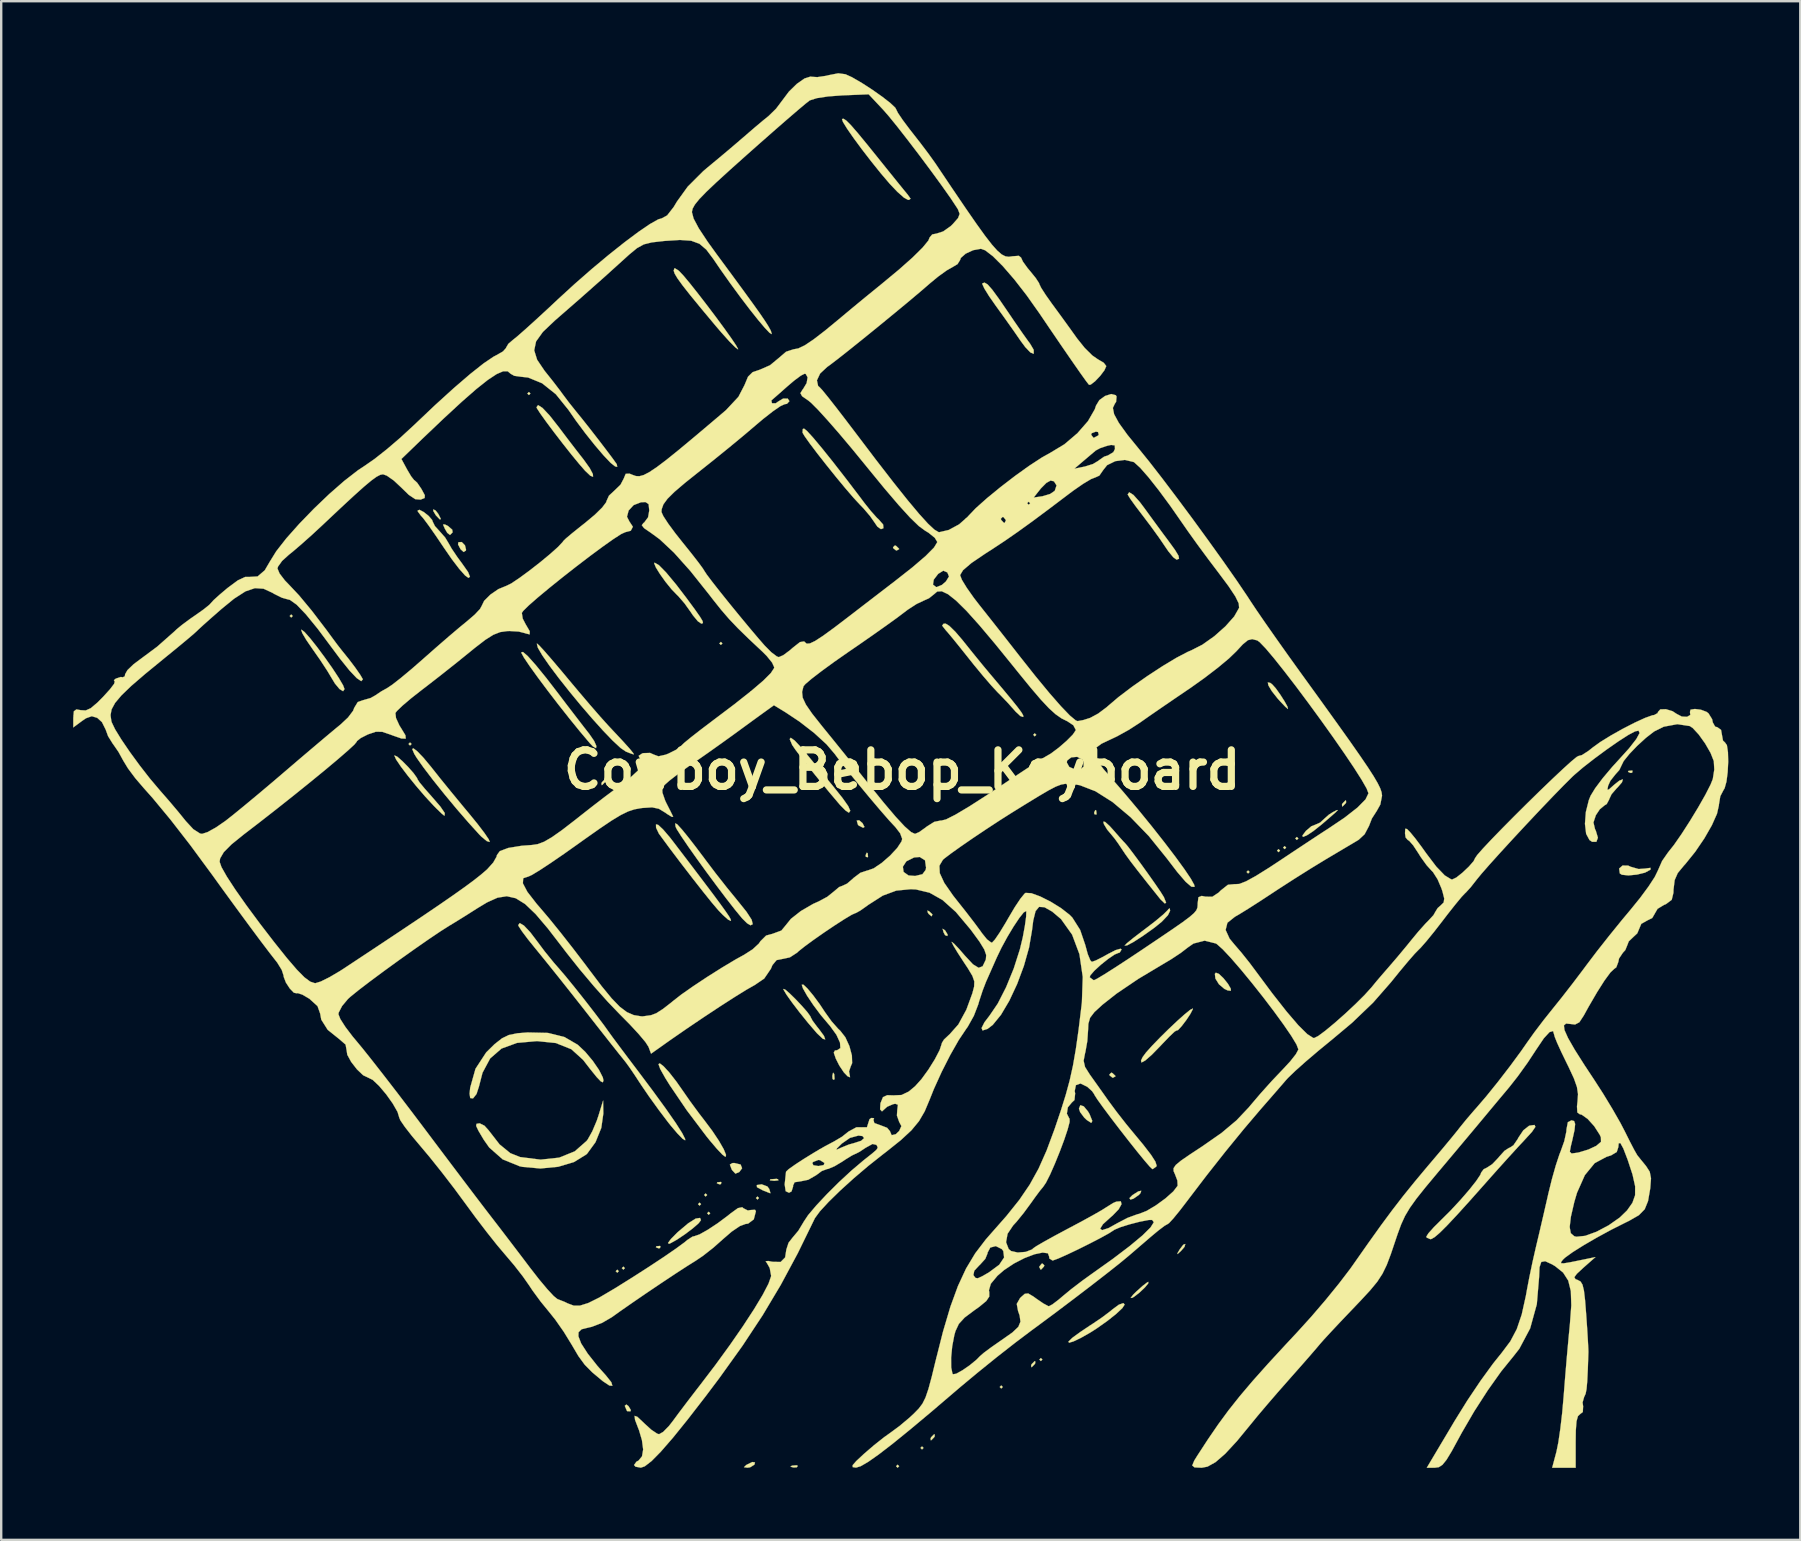
<source format=kicad_pcb>
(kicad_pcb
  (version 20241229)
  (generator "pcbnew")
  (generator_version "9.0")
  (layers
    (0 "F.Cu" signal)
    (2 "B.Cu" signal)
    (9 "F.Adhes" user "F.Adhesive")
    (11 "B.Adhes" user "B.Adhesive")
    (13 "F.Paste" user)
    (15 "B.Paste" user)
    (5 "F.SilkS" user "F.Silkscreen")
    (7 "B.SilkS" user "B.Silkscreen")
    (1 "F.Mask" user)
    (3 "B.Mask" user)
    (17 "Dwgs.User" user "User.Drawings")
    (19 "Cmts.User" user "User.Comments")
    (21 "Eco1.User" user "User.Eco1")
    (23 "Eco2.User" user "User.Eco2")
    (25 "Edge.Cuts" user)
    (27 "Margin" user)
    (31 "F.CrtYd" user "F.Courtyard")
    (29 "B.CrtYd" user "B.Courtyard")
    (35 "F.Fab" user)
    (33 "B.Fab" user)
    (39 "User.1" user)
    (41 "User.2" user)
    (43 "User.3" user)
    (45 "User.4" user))
  (footprint "Cowboy_Bebop_Keyboard"
    (layer "F.Cu")
    (at 34.549 29.035)
    (property "Reference" "Cowboy_Bebop_Keyboard" (at 0 0 0) (layer "F.SilkS") (effects (font (size 1.524 1.524) (thickness 0.3))))
    (attr through_hole)
    (fp_poly (pts (xy -25.4 -6.413) (xy -25.463 -6.35) (xy -25.527 -6.413) (xy -25.463 -6.477) (xy -25.4 -6.413)) (stroke (width 0.01) (type solid)) (fill yes) (layer "F.SilkS"))
    (fp_poly (pts (xy -20.447 -1.079) (xy -20.511 -1.016) (xy -20.574 -1.079) (xy -20.511 -1.143) (xy -20.447 -1.079)) (stroke (width 0.01) (type solid)) (fill yes) (layer "F.SilkS"))
    (fp_poly (pts (xy -15.494 -15.684) (xy -15.557 -15.621) (xy -15.621 -15.684) (xy -15.557 -15.748) (xy -15.494 -15.684)) (stroke (width 0.01) (type solid)) (fill yes) (layer "F.SilkS"))
    (fp_poly (pts (xy -11.811 20.892) (xy -11.874 20.955) (xy -11.938 20.892) (xy -11.874 20.828) (xy -11.811 20.892)) (stroke (width 0.01) (type solid)) (fill yes) (layer "F.SilkS"))
    (fp_poly (pts (xy -11.557 20.765) (xy -11.62 20.828) (xy -11.684 20.765) (xy -11.62 20.701) (xy -11.557 20.765)) (stroke (width 0.01) (type solid)) (fill yes) (layer "F.SilkS"))
    (fp_poly (pts (xy -8.382 18.098) (xy -8.445 18.161) (xy -8.509 18.098) (xy -8.445 18.034) (xy -8.382 18.098)) (stroke (width 0.01) (type solid)) (fill yes) (layer "F.SilkS"))
    (fp_poly (pts (xy -8.128 17.716) (xy -8.191 17.78) (xy -8.255 17.716) (xy -8.191 17.653) (xy -8.128 17.716)) (stroke (width 0.01) (type solid)) (fill yes) (layer "F.SilkS"))
    (fp_poly (pts (xy -8.001 18.479) (xy -8.065 18.542) (xy -8.128 18.479) (xy -8.065 18.415) (xy -8.001 18.479)) (stroke (width 0.01) (type solid)) (fill yes) (layer "F.SilkS"))
    (fp_poly (pts (xy -7.493 -5.271) (xy -7.556 -5.207) (xy -7.62 -5.271) (xy -7.556 -5.334) (xy -7.493 -5.271)) (stroke (width 0.01) (type solid)) (fill yes) (layer "F.SilkS"))
    (fp_poly (pts (xy -5.969 17.843) (xy -6.032 17.907) (xy -6.096 17.843) (xy -6.032 17.78) (xy -5.969 17.843)) (stroke (width 0.01) (type solid)) (fill yes) (layer "F.SilkS"))
    (fp_poly (pts (xy -0.127 29.02) (xy -0.191 29.083) (xy -0.254 29.02) (xy -0.191 28.956) (xy -0.127 29.02)) (stroke (width 0.01) (type solid)) (fill yes) (layer "F.SilkS"))
    (fp_poly (pts (xy 0.889 28.258) (xy 0.826 28.321) (xy 0.762 28.258) (xy 0.826 28.194) (xy 0.889 28.258)) (stroke (width 0.01) (type solid)) (fill yes) (layer "F.SilkS"))
    (fp_poly (pts (xy 4.191 25.718) (xy 4.128 25.781) (xy 4.064 25.718) (xy 4.128 25.654) (xy 4.191 25.718)) (stroke (width 0.01) (type solid)) (fill yes) (layer "F.SilkS"))
    (fp_poly (pts (xy 5.588 -1.46) (xy 5.524 -1.397) (xy 5.461 -1.46) (xy 5.524 -1.524) (xy 5.588 -1.46)) (stroke (width 0.01) (type solid)) (fill yes) (layer "F.SilkS"))
    (fp_poly (pts (xy 5.842 24.575) (xy 5.779 24.638) (xy 5.715 24.575) (xy 5.779 24.511) (xy 5.842 24.575)) (stroke (width 0.01) (type solid)) (fill yes) (layer "F.SilkS"))
    (fp_poly (pts (xy 14.478 4.255) (xy 14.415 4.318) (xy 14.351 4.255) (xy 14.415 4.191) (xy 14.478 4.255)) (stroke (width 0.01) (type solid)) (fill yes) (layer "F.SilkS"))
    (fp_poly (pts (xy 15.748 3.365) (xy 15.684 3.429) (xy 15.621 3.365) (xy 15.684 3.302) (xy 15.748 3.365)) (stroke (width 0.01) (type solid)) (fill yes) (layer "F.SilkS"))
    (fp_poly (pts (xy 16.002 3.239) (xy 15.938 3.302) (xy 15.875 3.239) (xy 15.938 3.175) (xy 16.002 3.239)) (stroke (width 0.01) (type solid)) (fill yes) (layer "F.SilkS"))
    (fp_poly (pts (xy 16.51 2.857) (xy 16.447 2.921) (xy 16.383 2.857) (xy 16.447 2.794) (xy 16.51 2.857)) (stroke (width 0.01) (type solid)) (fill yes) (layer "F.SilkS"))
    (fp_poly (pts (xy -10.075 19.854) (xy -10.093 19.93) (xy -10.16 19.939) (xy -10.265 19.893) (xy -10.245 19.854) (xy -10.094 19.839) (xy -10.075 19.854)) (stroke (width 0.01) (type solid)) (fill yes) (layer "F.SilkS"))
    (fp_poly (pts (xy -7.535 17.187) (xy -7.553 17.263) (xy -7.62 17.272) (xy -7.725 17.226) (xy -7.705 17.187) (xy -7.554 17.172) (xy -7.535 17.187)) (stroke (width 0.01) (type solid)) (fill yes) (layer "F.SilkS"))
    (fp_poly (pts (xy -5.175 17.061) (xy -5.159 17.107) (xy -5.334 17.125) (xy -5.514 17.105) (xy -5.493 17.061) (xy -5.233 17.044) (xy -5.175 17.061)) (stroke (width 0.01) (type solid)) (fill yes) (layer "F.SilkS"))
    (fp_poly (pts (xy -4.352 29.006) (xy -4.39 29.064) (xy -4.519 29.073) (xy -4.655 29.042) (xy -4.596 28.996) (xy -4.397 28.981) (xy -4.352 29.006)) (stroke (width 0.01) (type solid)) (fill yes) (layer "F.SilkS"))
    (fp_poly (pts (xy -2.834 12.676) (xy -2.819 12.875) (xy -2.844 12.92) (xy -2.902 12.882) (xy -2.911 12.753) (xy -2.88 12.617) (xy -2.834 12.676)) (stroke (width 0.01) (type solid)) (fill yes) (layer "F.SilkS"))
    (fp_poly (pts (xy -1.439 3.471) (xy -1.424 3.622) (xy -1.439 3.641) (xy -1.515 3.623) (xy -1.524 3.556) (xy -1.478 3.451) (xy -1.439 3.471)) (stroke (width 0.01) (type solid)) (fill yes) (layer "F.SilkS"))
    (fp_poly (pts (xy 8.086 1.693) (xy 8.101 1.844) (xy 8.086 1.863) (xy 8.01 1.845) (xy 8.001 1.778) (xy 8.047 1.673) (xy 8.086 1.693)) (stroke (width 0.01) (type solid)) (fill yes) (layer "F.SilkS"))
    (fp_poly (pts (xy 30.438 0.042) (xy 30.42 0.118) (xy 30.353 0.127) (xy 30.248 0.081) (xy 30.268 0.042) (xy 30.419 0.027) (xy 30.438 0.042)) (stroke (width 0.01) (type solid)) (fill yes) (layer "F.SilkS"))
    (fp_poly (pts (xy -19.441 -10.807) (xy -19.33 -10.662) (xy -19.224 -10.453) (xy -19.271 -10.439) (xy -19.434 -10.608) (xy -19.542 -10.789) (xy -19.54 -10.856) (xy -19.441 -10.807)) (stroke (width 0.01) (type solid)) (fill yes) (layer "F.SilkS"))
    (fp_poly (pts (xy -1.654 2.219) (xy -1.572 2.379) (xy -1.628 2.413) (xy -1.814 2.32) (xy -1.847 2.278) (xy -1.894 2.112) (xy -1.796 2.099) (xy -1.654 2.219)) (stroke (width 0.01) (type solid)) (fill yes) (layer "F.SilkS"))
    (fp_poly (pts (xy 1.123 5.893) (xy 1.26 6.021) (xy 1.232 6.095) (xy 1.214 6.096) (xy 1.107 6.006) (xy 1.067 5.949) (xy 1.052 5.862) (xy 1.123 5.893)) (stroke (width 0.01) (type solid)) (fill yes) (layer "F.SilkS"))
    (fp_poly (pts (xy 1.777 6.681) (xy 1.794 6.697) (xy 1.894 6.864) (xy 1.88 6.925) (xy 1.786 6.887) (xy 1.723 6.768) (xy 1.684 6.62) (xy 1.777 6.681)) (stroke (width 0.01) (type solid)) (fill yes) (layer "F.SilkS"))
    (fp_poly (pts (xy 11.766 19.878) (xy 11.63 20.037) (xy 11.474 20.18) (xy 11.478 20.133) (xy 11.57 19.977) (xy 11.714 19.789) (xy 11.799 19.757) (xy 11.766 19.878)) (stroke (width 0.01) (type solid)) (fill yes) (layer "F.SilkS"))
    (fp_poly (pts (xy -18.929 -10.163) (xy -18.752 -10.011) (xy -18.736 -9.9) (xy -18.845 -9.79) (xy -18.959 -9.878) (xy -19.055 -10.043) (xy -19.137 -10.226) (xy -19.055 -10.227) (xy -18.929 -10.163)) (stroke (width 0.01) (type solid)) (fill yes) (layer "F.SilkS"))
    (fp_poly (pts (xy -18.221 -9.358) (xy -18.176 -9.17) (xy -18.183 -9.141) (xy -18.276 -9.08) (xy -18.406 -9.197) (xy -18.51 -9.396) (xy -18.494 -9.488) (xy -18.356 -9.496) (xy -18.221 -9.358)) (stroke (width 0.01) (type solid)) (fill yes) (layer "F.SilkS"))
    (fp_poly (pts (xy -12.359 0.463) (xy -12.383 0.508) (xy -12.502 0.629) (xy -12.524 0.635) (xy -12.533 0.553) (xy -12.509 0.508) (xy -12.39 0.387) (xy -12.368 0.381) (xy -12.359 0.463)) (stroke (width 0.01) (type solid)) (fill yes) (layer "F.SilkS"))
    (fp_poly (pts (xy -11.407 26.515) (xy -11.31 26.677) (xy -11.322 26.731) (xy -11.455 26.727) (xy -11.472 26.712) (xy -11.556 26.517) (xy -11.557 26.496) (xy -11.493 26.449) (xy -11.407 26.515)) (stroke (width 0.01) (type solid)) (fill yes) (layer "F.SilkS"))
    (fp_poly (pts (xy -6.133 28.862) (xy -6.16 28.956) (xy -6.341 29.067) (xy -6.453 29.081) (xy -6.595 29.061) (xy -6.503 28.973) (xy -6.477 28.956) (xy -6.244 28.844) (xy -6.133 28.862)) (stroke (width 0.01) (type solid)) (fill yes) (layer "F.SilkS"))
    (fp_poly (pts (xy -0.254 -9.335) (xy -0.133 -9.22) (xy -0.127 -9.2) (xy -0.225 -9.145) (xy -0.254 -9.144) (xy -0.376 -9.242) (xy -0.381 -9.278) (xy -0.303 -9.354) (xy -0.254 -9.335)) (stroke (width 0.01) (type solid)) (fill yes) (layer "F.SilkS"))
    (fp_poly (pts (xy 1.357 27.768) (xy 1.333 27.813) (xy 1.214 27.934) (xy 1.192 27.94) (xy 1.183 27.858) (xy 1.206 27.813) (xy 1.326 27.692) (xy 1.348 27.686) (xy 1.357 27.768)) (stroke (width 0.01) (type solid)) (fill yes) (layer "F.SilkS"))
    (fp_poly (pts (xy 5.548 24.72) (xy 5.524 24.765) (xy 5.405 24.886) (xy 5.383 24.892) (xy 5.374 24.81) (xy 5.397 24.765) (xy 5.517 24.644) (xy 5.539 24.638) (xy 5.548 24.72)) (stroke (width 0.01) (type solid)) (fill yes) (layer "F.SilkS"))
    (fp_poly (pts (xy 5.925 20.652) (xy 5.905 20.701) (xy 5.791 20.822) (xy 5.771 20.828) (xy 5.716 20.73) (xy 5.715 20.701) (xy 5.813 20.579) (xy 5.849 20.574) (xy 5.925 20.652)) (stroke (width 0.01) (type solid)) (fill yes) (layer "F.SilkS"))
    (fp_poly (pts (xy 8.763 12.636) (xy 8.884 12.751) (xy 8.89 12.771) (xy 8.792 12.826) (xy 8.763 12.827) (xy 8.641 12.729) (xy 8.636 12.693) (xy 8.714 12.617) (xy 8.763 12.636)) (stroke (width 0.01) (type solid)) (fill yes) (layer "F.SilkS"))
    (fp_poly (pts (xy 9.931 17.639) (xy 9.861 17.716) (xy 9.634 17.873) (xy 9.51 17.907) (xy 9.47 17.847) (xy 9.596 17.721) (xy 9.837 17.568) (xy 9.963 17.54) (xy 9.931 17.639)) (stroke (width 0.01) (type solid)) (fill yes) (layer "F.SilkS"))
    (fp_poly (pts (xy 18.502 1.352) (xy 18.479 1.397) (xy 18.359 1.518) (xy 18.337 1.524) (xy 18.328 1.442) (xy 18.352 1.397) (xy 18.471 1.276) (xy 18.493 1.27) (xy 18.502 1.352)) (stroke (width 0.01) (type solid)) (fill yes) (layer "F.SilkS"))
    (fp_poly (pts (xy -6.734 16.446) (xy -6.672 16.602) (xy -6.787 16.758) (xy -6.951 16.827) (xy -7.088 16.68) (xy -7.108 16.645) (xy -7.182 16.448) (xy -7.076 16.386) (xy -6.997 16.383) (xy -6.734 16.446)) (stroke (width 0.01) (type solid)) (fill yes) (layer "F.SilkS"))
    (fp_poly (pts (xy -5.619 17.36) (xy -5.542 17.462) (xy -5.493 17.624) (xy -5.497 17.645) (xy -5.621 17.597) (xy -5.81 17.522) (xy -6.052 17.392) (xy -6.059 17.302) (xy -5.856 17.272) (xy -5.619 17.36)) (stroke (width 0.01) (type solid)) (fill yes) (layer "F.SilkS"))
    (fp_poly (pts (xy 7.566 14.022) (xy 7.746 14.238) (xy 7.811 14.351) (xy 7.923 14.631) (xy 7.879 14.713) (xy 7.691 14.59) (xy 7.588 14.492) (xy 7.416 14.263) (xy 7.366 14.118) (xy 7.424 13.974) (xy 7.566 14.022)) (stroke (width 0.01) (type solid)) (fill yes) (layer "F.SilkS"))
    (fp_poly (pts (xy 10.252 21.405) (xy 10.112 21.572) (xy 9.9 21.774) (xy 9.677 21.949) (xy 9.59 22.002) (xy 9.521 22.008) (xy 9.621 21.875) (xy 9.761 21.737) (xy 10.028 21.498) (xy 10.216 21.355) (xy 10.257 21.336) (xy 10.252 21.405)) (stroke (width 0.01) (type solid)) (fill yes) (layer "F.SilkS"))
    (fp_poly (pts (xy 13.198 8.501) (xy 13.39 8.683) (xy 13.578 8.918) (xy 13.695 9.122) (xy 13.697 9.205) (xy 13.564 9.191) (xy 13.431 9.129) (xy 13.202 8.936) (xy 13.054 8.698) (xy 13.031 8.502) (xy 13.071 8.452) (xy 13.198 8.501)) (stroke (width 0.01) (type solid)) (fill yes) (layer "F.SilkS"))
    (fp_poly (pts (xy -8.386 18.764) (xy -8.486 18.897) (xy -8.732 19.111) (xy -9.056 19.355) (xy -9.388 19.578) (xy -9.659 19.728) (xy -9.719 19.751) (xy -9.76 19.716) (xy -9.637 19.549) (xy -9.375 19.284) (xy -9.338 19.25) (xy -8.919 18.897) (xy -8.607 18.7) (xy -8.424 18.672) (xy -8.386 18.764)) (stroke (width 0.01) (type solid)) (fill yes) (layer "F.SilkS"))
    (fp_poly (pts (xy 15.338 -3.626) (xy 15.424 -3.561) (xy 15.569 -3.399) (xy 15.754 -3.141) (xy 15.931 -2.863) (xy 16.055 -2.638) (xy 16.077 -2.54) (xy 16.074 -2.54) (xy 15.971 -2.627) (xy 15.762 -2.846) (xy 15.634 -2.989) (xy 15.401 -3.286) (xy 15.263 -3.518) (xy 15.237 -3.645) (xy 15.338 -3.626)) (stroke (width 0.01) (type solid)) (fill yes) (layer "F.SilkS"))
    (fp_poly (pts (xy 30.258 3.99) (xy 30.358 4.037) (xy 30.691 4.132) (xy 30.958 4.113) (xy 31.186 4.082) (xy 31.186 4.153) (xy 31.178 4.162) (xy 30.957 4.282) (xy 30.62 4.364) (xy 30.265 4.398) (xy 29.993 4.37) (xy 29.907 4.316) (xy 29.879 4.111) (xy 30.022 3.986) (xy 30.258 3.99)) (stroke (width 0.01) (type solid)) (fill yes) (layer "F.SilkS"))
    (fp_poly (pts (xy 18.07 1.763) (xy 17.835 1.97) (xy 17.487 2.27) (xy 17.135 2.55) (xy 16.863 2.729) (xy 16.701 2.795) (xy 16.681 2.734) (xy 16.828 2.54) (xy 17.053 2.349) (xy 17.213 2.286) (xy 17.416 2.197) (xy 17.532 2.089) (xy 17.781 1.867) (xy 17.96 1.754) (xy 18.11 1.679) (xy 18.154 1.674) (xy 18.07 1.763)) (stroke (width 0.01) (type solid)) (fill yes) (layer "F.SilkS"))
    (fp_poly (pts (xy 11.166 5.87) (xy 11.073 6.058) (xy 10.819 6.327) (xy 10.509 6.579) (xy 10.028 6.921) (xy 9.637 7.173) (xy 9.373 7.314) (xy 9.271 7.322) (xy 9.271 7.319) (xy 9.366 7.223) (xy 9.619 7.016) (xy 9.984 6.735) (xy 10.151 6.61) (xy 10.558 6.297) (xy 10.882 6.026) (xy 11.069 5.841) (xy 11.094 5.805) (xy 11.149 5.77) (xy 11.166 5.87)) (stroke (width 0.01) (type solid)) (fill yes) (layer "F.SilkS"))
    (fp_poly (pts (xy -24.905 -5.744) (xy -24.674 -5.483) (xy -24.379 -5.111) (xy -24.058 -4.678) (xy -23.746 -4.236) (xy -23.482 -3.834) (xy -23.301 -3.526) (xy -23.241 -3.367) (xy -23.301 -3.279) (xy -23.449 -3.369) (xy -23.639 -3.597) (xy -23.749 -3.778) (xy -23.956 -4.124) (xy -24.252 -4.576) (xy -24.575 -5.038) (xy -24.582 -5.048) (xy -24.837 -5.42) (xy -25.001 -5.699) (xy -25.046 -5.836) (xy -25.035 -5.842) (xy -24.905 -5.744)) (stroke (width 0.01) (type solid)) (fill yes) (layer "F.SilkS"))
    (fp_poly (pts (xy -14.99 -15.084) (xy -14.696 -14.772) (xy -14.334 -14.312) (xy -13.964 -13.822) (xy -13.573 -13.312) (xy -13.267 -12.92) (xy -13.021 -12.575) (xy -12.892 -12.33) (xy -12.883 -12.215) (xy -12.999 -12.261) (xy -13.214 -12.465) (xy -13.467 -12.756) (xy -13.791 -13.15) (xy -14.149 -13.603) (xy -14.506 -14.067) (xy -14.827 -14.496) (xy -15.077 -14.844) (xy -15.22 -15.065) (xy -15.24 -15.114) (xy -15.175 -15.202) (xy -14.99 -15.084)) (stroke (width 0.01) (type solid)) (fill yes) (layer "F.SilkS"))
    (fp_poly (pts (xy 9.271 22.283) (xy 9.173 22.433) (xy 8.912 22.677) (xy 8.541 22.971) (xy 8.112 23.274) (xy 7.857 23.438) (xy 7.452 23.669) (xy 7.141 23.818) (xy 6.955 23.874) (xy 6.926 23.829) (xy 7.084 23.675) (xy 7.127 23.641) (xy 7.426 23.424) (xy 7.81 23.166) (xy 7.938 23.084) (xy 8.322 22.824) (xy 8.668 22.564) (xy 8.751 22.494) (xy 9.029 22.288) (xy 9.218 22.222) (xy 9.271 22.283)) (stroke (width 0.01) (type solid)) (fill yes) (layer "F.SilkS"))
    (fp_poly (pts (xy -4.878 9.154) (xy -4.689 9.316) (xy -4.437 9.563) (xy -4.175 9.841) (xy -3.953 10.095) (xy -3.826 10.272) (xy -3.812 10.309) (xy -3.736 10.452) (xy -3.549 10.703) (xy -3.477 10.791) (xy -3.26 11.086) (xy -3.207 11.233) (xy -3.305 11.209) (xy -3.541 10.987) (xy -3.571 10.954) (xy -3.922 10.545) (xy -4.273 10.11) (xy -4.585 9.701) (xy -4.822 9.368) (xy -4.944 9.161) (xy -4.953 9.129) (xy -4.878 9.154)) (stroke (width 0.01) (type solid)) (fill yes) (layer "F.SilkS"))
    (fp_poly (pts (xy -10.138 -8.531) (xy -9.837 -8.225) (xy -9.427 -7.733) (xy -9.001 -7.176) (xy -8.647 -6.696) (xy -8.427 -6.383) (xy -8.319 -6.203) (xy -8.303 -6.119) (xy -8.36 -6.096) (xy -8.373 -6.096) (xy -8.516 -6.194) (xy -8.721 -6.442) (xy -8.808 -6.572) (xy -9.068 -6.936) (xy -9.337 -7.246) (xy -9.396 -7.303) (xy -9.62 -7.536) (xy -9.867 -7.842) (xy -10.095 -8.162) (xy -10.265 -8.436) (xy -10.336 -8.607) (xy -10.317 -8.636) (xy -10.138 -8.531)) (stroke (width 0.01) (type solid)) (fill yes) (layer "F.SilkS"))
    (fp_poly (pts (xy -9.949 12.348) (xy -9.713 12.604) (xy -9.416 12.983) (xy -9.181 13.318) (xy -8.843 13.804) (xy -8.475 14.305) (xy -8.244 14.605) (xy -7.916 15.042) (xy -7.638 15.459) (xy -7.437 15.81) (xy -7.34 16.049) (xy -7.365 16.129) (xy -7.492 16.035) (xy -7.728 15.786) (xy -8.032 15.427) (xy -8.157 15.272) (xy -8.987 14.172) (xy -9.679 13.152) (xy -9.872 12.844) (xy -10.085 12.464) (xy -10.156 12.264) (xy -10.103 12.23) (xy -9.949 12.348)) (stroke (width 0.01) (type solid)) (fill yes) (layer "F.SilkS"))
    (fp_poly (pts (xy -21.048 -0.554) (xy -20.838 -0.372) (xy -20.589 -0.121) (xy -20.363 0.136) (xy -20.22 0.337) (xy -20.198 0.393) (xy -20.116 0.519) (xy -19.906 0.774) (xy -19.624 1.092) (xy -19.249 1.526) (xy -19.064 1.797) (xy -19.071 1.903) (xy -19.088 1.905) (xy -19.19 1.823) (xy -19.406 1.614) (xy -19.526 1.492) (xy -19.885 1.104) (xy -20.256 0.672) (xy -20.604 0.242) (xy -20.895 -0.142) (xy -21.092 -0.434) (xy -21.162 -0.591) (xy -21.158 -0.602) (xy -21.048 -0.554)) (stroke (width 0.01) (type solid)) (fill yes) (layer "F.SilkS"))
    (fp_poly (pts (xy -15.601 -4.738) (xy -15.275 -4.373) (xy -14.835 -3.833) (xy -14.377 -3.239) (xy -13.967 -2.699) (xy -13.574 -2.187) (xy -13.245 -1.76) (xy -13.036 -1.492) (xy -12.837 -1.203) (xy -12.744 -0.993) (xy -12.76 -0.903) (xy -12.887 -0.975) (xy -13.008 -1.101) (xy -13.421 -1.59) (xy -13.874 -2.147) (xy -14.339 -2.737) (xy -14.788 -3.321) (xy -15.193 -3.864) (xy -15.527 -4.328) (xy -15.762 -4.677) (xy -15.871 -4.875) (xy -15.875 -4.895) (xy -15.805 -4.915) (xy -15.601 -4.738)) (stroke (width 0.01) (type solid)) (fill yes) (layer "F.SilkS"))
    (fp_poly (pts (xy 3.561 -20.23) (xy 3.752 -20.014) (xy 4.031 -19.633) (xy 4.365 -19.145) (xy 4.699 -18.654) (xy 5.009 -18.206) (xy 5.25 -17.868) (xy 5.332 -17.758) (xy 5.48 -17.506) (xy 5.482 -17.35) (xy 5.472 -17.343) (xy 5.342 -17.397) (xy 5.131 -17.617) (xy 4.941 -17.873) (xy 4.66 -18.28) (xy 4.301 -18.787) (xy 3.936 -19.293) (xy 3.901 -19.341) (xy 3.622 -19.741) (xy 3.424 -20.061) (xy 3.338 -20.249) (xy 3.341 -20.274) (xy 3.432 -20.308) (xy 3.561 -20.23)) (stroke (width 0.01) (type solid)) (fill yes) (layer "F.SilkS"))
    (fp_poly (pts (xy 9.635 -11.46) (xy 9.9 -11.165) (xy 10.107 -10.89) (xy 10.466 -10.396) (xy 10.861 -9.858) (xy 11.071 -9.577) (xy 11.367 -9.17) (xy 11.517 -8.922) (xy 11.537 -8.799) (xy 11.441 -8.763) (xy 11.432 -8.763) (xy 11.297 -8.861) (xy 11.09 -9.113) (xy 10.96 -9.303) (xy 10.703 -9.681) (xy 10.36 -10.155) (xy 10.007 -10.622) (xy 10.006 -10.623) (xy 9.719 -11.001) (xy 9.504 -11.3) (xy 9.402 -11.466) (xy 9.398 -11.48) (xy 9.46 -11.57) (xy 9.635 -11.46)) (stroke (width 0.01) (type solid)) (fill yes) (layer "F.SilkS"))
    (fp_poly (pts (xy -20.202 -0.768) (xy -19.949 -0.503) (xy -19.631 -0.121) (xy -19.611 -0.095) (xy -19.259 0.349) (xy -18.81 0.902) (xy -18.334 1.48) (xy -18.054 1.816) (xy -17.69 2.263) (xy -17.405 2.637) (xy -17.228 2.899) (xy -17.188 3.006) (xy -17.31 2.969) (xy -17.529 2.789) (xy -17.616 2.702) (xy -18.075 2.196) (xy -18.577 1.616) (xy -19.082 1.008) (xy -19.553 0.42) (xy -19.95 -0.101) (xy -20.237 -0.507) (xy -20.334 -0.667) (xy -20.42 -0.87) (xy -20.368 -0.897) (xy -20.202 -0.768)) (stroke (width 0.01) (type solid)) (fill yes) (layer "F.SilkS"))
    (fp_poly (pts (xy -10.168 2.293) (xy -9.965 2.483) (xy -9.689 2.805) (xy -9.582 2.942) (xy -8.884 3.856) (xy -8.328 4.589) (xy -7.897 5.16) (xy -7.579 5.589) (xy -7.358 5.896) (xy -7.219 6.101) (xy -7.15 6.224) (xy -7.135 6.283) (xy -7.14 6.293) (xy -7.252 6.243) (xy -7.473 6.047) (xy -7.669 5.842) (xy -7.929 5.536) (xy -8.301 5.073) (xy -8.748 4.503) (xy -9.232 3.874) (xy -9.715 3.234) (xy -10.14 2.657) (xy -10.257 2.41) (xy -10.261 2.271) (xy -10.168 2.293)) (stroke (width 0.01) (type solid)) (fill yes) (layer "F.SilkS"))
    (fp_poly (pts (xy -9.335 -20.821) (xy -9.281 -20.774) (xy -9.104 -20.584) (xy -8.833 -20.258) (xy -8.499 -19.836) (xy -8.131 -19.359) (xy -7.759 -18.866) (xy -7.414 -18.398) (xy -7.125 -17.993) (xy -6.924 -17.694) (xy -6.839 -17.539) (xy -6.842 -17.526) (xy -6.964 -17.617) (xy -7.207 -17.863) (xy -7.53 -18.222) (xy -7.761 -18.492) (xy -8.367 -19.217) (xy -8.825 -19.775) (xy -9.151 -20.189) (xy -9.364 -20.483) (xy -9.482 -20.68) (xy -9.523 -20.805) (xy -9.523 -20.816) (xy -9.484 -20.912) (xy -9.335 -20.821)) (stroke (width 0.01) (type solid)) (fill yes) (layer "F.SilkS"))
    (fp_poly (pts (xy -4.48 -1.222) (xy -4.214 -0.94) (xy -4.109 -0.814) (xy -3.79 -0.425) (xy -3.386 0.066) (xy -2.974 0.567) (xy -2.889 0.67) (xy -2.488 1.171) (xy -2.25 1.509) (xy -2.163 1.704) (xy -2.214 1.776) (xy -2.237 1.778) (xy -2.364 1.691) (xy -2.574 1.478) (xy -2.618 1.429) (xy -3.011 0.965) (xy -3.429 0.459) (xy -3.833 -0.041) (xy -4.185 -0.49) (xy -4.449 -0.84) (xy -4.587 -1.043) (xy -4.587 -1.044) (xy -4.688 -1.284) (xy -4.645 -1.339) (xy -4.48 -1.222)) (stroke (width 0.01) (type solid)) (fill yes) (layer "F.SilkS"))
    (fp_poly (pts (xy 12.113 9.97) (xy 12.007 10.175) (xy 11.836 10.432) (xy 11.649 10.677) (xy 11.497 10.843) (xy 11.43 10.865) (xy 11.43 10.861) (xy 11.352 10.908) (xy 11.145 11.104) (xy 10.85 11.41) (xy 10.779 11.486) (xy 10.406 11.869) (xy 10.131 12.11) (xy 9.973 12.195) (xy 9.953 12.113) (xy 10.02 11.97) (xy 10.162 11.778) (xy 10.416 11.495) (xy 10.743 11.157) (xy 11.104 10.801) (xy 11.46 10.465) (xy 11.772 10.186) (xy 12.003 10) (xy 12.113 9.945) (xy 12.113 9.97)) (stroke (width 0.01) (type solid)) (fill yes) (layer "F.SilkS"))
    (fp_poly (pts (xy -19.94 -10.746) (xy -19.739 -10.587) (xy -19.592 -10.419) (xy -19.562 -10.338) (xy -19.473 -10.159) (xy -19.289 -9.957) (xy -19.047 -9.683) (xy -18.913 -9.461) (xy -18.778 -9.223) (xy -18.544 -8.876) (xy -18.344 -8.604) (xy -18.092 -8.245) (xy -18.013 -8.049) (xy -18.075 -8.001) (xy -18.216 -8.102) (xy -18.459 -8.375) (xy -18.768 -8.78) (xy -19.102 -9.263) (xy -19.438 -9.762) (xy -19.733 -10.183) (xy -19.953 -10.478) (xy -20.065 -10.604) (xy -20.188 -10.77) (xy -20.193 -10.808) (xy -20.117 -10.839) (xy -19.94 -10.746)) (stroke (width 0.01) (type solid)) (fill yes) (layer "F.SilkS"))
    (fp_poly (pts (xy -2.331 -27.062) (xy -2.147 -26.879) (xy -1.871 -26.563) (xy -1.482 -26.091) (xy -0.989 -25.48) (xy -0.584 -24.976) (xy -0.222 -24.527) (xy 0.059 -24.18) (xy 0.222 -23.982) (xy 0.231 -23.971) (xy 0.35 -23.804) (xy 0.287 -23.756) (xy 0.242 -23.756) (xy 0.073 -23.849) (xy -0.198 -24.088) (xy -0.514 -24.419) (xy -0.517 -24.423) (xy -0.895 -24.867) (xy -1.291 -25.36) (xy -1.677 -25.86) (xy -2.022 -26.328) (xy -2.296 -26.722) (xy -2.468 -27.001) (xy -2.509 -27.124) (xy -2.445 -27.136) (xy -2.331 -27.062)) (stroke (width 0.01) (type solid)) (fill yes) (layer "F.SilkS"))
    (fp_poly (pts (xy -9.381 2.264) (xy -9.176 2.488) (xy -9.17 2.495) (xy -8.928 2.792) (xy -8.602 3.212) (xy -8.254 3.674) (xy -8.191 3.759) (xy -7.779 4.304) (xy -7.311 4.899) (xy -6.89 5.414) (xy -6.491 5.911) (xy -6.273 6.246) (xy -6.229 6.431) (xy -6.322 6.477) (xy -6.467 6.39) (xy -6.667 6.191) (xy -6.959 5.838) (xy -7.323 5.371) (xy -7.732 4.83) (xy -8.156 4.258) (xy -8.563 3.695) (xy -8.925 3.182) (xy -9.212 2.76) (xy -9.395 2.471) (xy -9.444 2.37) (xy -9.461 2.229) (xy -9.381 2.264)) (stroke (width 0.01) (type solid)) (fill yes) (layer "F.SilkS"))
    (fp_poly (pts (xy -15.128 -5.186) (xy -14.905 -4.944) (xy -14.58 -4.57) (xy -14.181 -4.099) (xy -13.97 -3.845) (xy -13.488 -3.27) (xy -13.01 -2.708) (xy -12.583 -2.217) (xy -12.255 -1.853) (xy -12.192 -1.785) (xy -11.688 -1.248) (xy -11.359 -0.884) (xy -11.199 -0.686) (xy -11.188 -0.643) (xy -11.333 -0.691) (xy -11.514 -0.762) (xy -11.735 -0.913) (xy -12.061 -1.215) (xy -12.466 -1.636) (xy -12.921 -2.141) (xy -13.4 -2.698) (xy -13.874 -3.273) (xy -14.317 -3.833) (xy -14.701 -4.344) (xy -14.999 -4.774) (xy -15.183 -5.089) (xy -15.226 -5.256) (xy -15.219 -5.265) (xy -15.128 -5.186)) (stroke (width 0.01) (type solid)) (fill yes) (layer "F.SilkS"))
    (fp_poly (pts (xy -3.967 -14.125) (xy -3.711 -13.844) (xy -3.342 -13.403) (xy -2.878 -12.824) (xy -2.338 -12.13) (xy -1.74 -11.345) (xy -1.577 -11.127) (xy -1.306 -10.787) (xy -1.062 -10.514) (xy -0.973 -10.43) (xy -0.794 -10.224) (xy -0.782 -10.072) (xy -0.885 -10.033) (xy -1.03 -10.133) (xy -1.158 -10.319) (xy -1.339 -10.578) (xy -1.621 -10.908) (xy -1.766 -11.058) (xy -2.02 -11.332) (xy -2.361 -11.728) (xy -2.752 -12.2) (xy -3.155 -12.701) (xy -3.534 -13.184) (xy -3.852 -13.605) (xy -4.072 -13.915) (xy -4.153 -14.054) (xy -4.143 -14.205) (xy -4.091 -14.224) (xy -3.967 -14.125)) (stroke (width 0.01) (type solid)) (fill yes) (layer "F.SilkS"))
    (fp_poly (pts (xy 8.454 2.167) (xy 8.638 2.332) (xy 8.795 2.504) (xy 9.048 2.794) (xy 9.232 2.998) (xy 9.282 3.048) (xy 9.407 3.194) (xy 9.635 3.493) (xy 9.927 3.887) (xy 10.24 4.322) (xy 10.534 4.739) (xy 10.769 5.083) (xy 10.903 5.297) (xy 10.906 5.302) (xy 10.999 5.534) (xy 10.945 5.569) (xy 10.767 5.398) (xy 10.741 5.366) (xy 10.203 4.693) (xy 9.801 4.183) (xy 9.511 3.805) (xy 9.307 3.524) (xy 9.198 3.361) (xy 8.997 3.06) (xy 8.836 2.839) (xy 8.828 2.83) (xy 8.634 2.597) (xy 8.541 2.486) (xy 8.406 2.261) (xy 8.382 2.16) (xy 8.454 2.167)) (stroke (width 0.01) (type solid)) (fill yes) (layer "F.SilkS"))
    (fp_poly (pts (xy 1.963 -6.002) (xy 2.215 -5.756) (xy 2.514 -5.408) (xy 2.541 -5.373) (xy 2.924 -4.895) (xy 3.334 -4.392) (xy 3.619 -4.049) (xy 4.154 -3.414) (xy 4.543 -2.946) (xy 4.807 -2.618) (xy 4.965 -2.405) (xy 5.039 -2.279) (xy 5.048 -2.216) (xy 5.04 -2.204) (xy 4.924 -2.245) (xy 4.723 -2.432) (xy 4.677 -2.486) (xy 4.386 -2.811) (xy 4.046 -3.165) (xy 3.982 -3.228) (xy 3.728 -3.501) (xy 3.377 -3.908) (xy 2.985 -4.382) (xy 2.783 -4.636) (xy 2.427 -5.082) (xy 2.117 -5.466) (xy 1.894 -5.733) (xy 1.817 -5.819) (xy 1.665 -6.011) (xy 1.721 -6.089) (xy 1.811 -6.096) (xy 1.963 -6.002)) (stroke (width 0.01) (type solid)) (fill yes) (layer "F.SilkS"))
    (fp_poly (pts (xy -12.455 14.324) (xy -12.54 14.92) (xy -12.781 15.515) (xy -13.128 15.992) (xy -13.169 16.03) (xy -13.674 16.341) (xy -14.336 16.54) (xy -15.078 16.612) (xy -15.821 16.545) (xy -15.947 16.518) (xy -16.651 16.231) (xy -17.21 15.738) (xy -17.44 15.411) (xy -17.659 15.041) (xy -17.755 14.838) (xy -17.741 14.751) (xy -17.629 14.732) (xy -17.604 14.732) (xy -17.408 14.829) (xy -17.238 15.018) (xy -16.781 15.606) (xy -16.332 15.973) (xy -15.927 16.135) (xy -15.07 16.243) (xy -14.297 16.16) (xy -13.646 15.897) (xy -13.151 15.462) (xy -13.104 15.4) (xy -12.915 15.062) (xy -12.727 14.617) (xy -12.658 14.412) (xy -12.464 13.78) (xy -12.455 14.324)) (stroke (width 0.01) (type solid)) (fill yes) (layer "F.SilkS"))
    (fp_poly (pts (xy -3.946 9.114) (xy -3.705 9.403) (xy -3.433 9.772) (xy -3.218 10.097) (xy -2.949 10.472) (xy -2.664 10.795) (xy -2.583 10.87) (xy -2.371 11.14) (xy -2.2 11.513) (xy -2.096 11.903) (xy -2.086 12.222) (xy -2.144 12.355) (xy -2.216 12.569) (xy -2.199 12.652) (xy -2.172 12.811) (xy -2.275 12.77) (xy -2.432 12.605) (xy -2.623 12.318) (xy -2.767 12.033) (xy -2.852 11.786) (xy -2.804 11.694) (xy -2.714 11.684) (xy -2.577 11.596) (xy -2.592 11.366) (xy -2.741 11.04) (xy -3.01 10.668) (xy -3.08 10.588) (xy -3.394 10.215) (xy -3.703 9.801) (xy -3.965 9.409) (xy -4.139 9.1) (xy -4.186 8.954) (xy -4.118 8.95) (xy -3.946 9.114)) (stroke (width 0.01) (type solid)) (fill yes) (layer "F.SilkS"))
    (fp_poly (pts (xy -14.764 10.962) (xy -14.075 11.134) (xy -13.52 11.457) (xy -13.211 11.749) (xy -12.9 12.12) (xy -12.638 12.5) (xy -12.477 12.815) (xy -12.45 12.941) (xy -12.475 13.02) (xy -12.561 12.982) (xy -12.731 12.804) (xy -13.008 12.461) (xy -13.299 12.085) (xy -13.788 11.642) (xy -14.439 11.383) (xy -15.219 11.303) (xy -16.053 11.378) (xy -16.697 11.613) (xy -17.17 12.023) (xy -17.49 12.621) (xy -17.639 13.198) (xy -17.739 13.506) (xy -17.878 13.683) (xy -17.895 13.691) (xy -18.003 13.676) (xy -18.029 13.496) (xy -18.004 13.243) (xy -17.783 12.457) (xy -17.337 11.774) (xy -16.991 11.433) (xy -16.679 11.188) (xy -16.393 11.048) (xy -16.033 10.976) (xy -15.617 10.943) (xy -14.764 10.962)) (stroke (width 0.01) (type solid)) (fill yes) (layer "F.SilkS"))
    (fp_poly (pts (xy 26.389 14.876) (xy 26.248 15.083) (xy 25.929 15.432) (xy 25.656 15.725) (xy 25.266 16.152) (xy 24.81 16.658) (xy 24.341 17.186) (xy 24.321 17.209) (xy 23.641 17.974) (xy 23.106 18.564) (xy 22.698 18.998) (xy 22.399 19.295) (xy 22.19 19.473) (xy 22.052 19.551) (xy 22.009 19.558) (xy 21.857 19.492) (xy 21.844 19.45) (xy 21.93 19.313) (xy 22.154 19.062) (xy 22.447 18.771) (xy 22.852 18.368) (xy 23.259 17.93) (xy 23.628 17.504) (xy 23.92 17.136) (xy 24.096 16.872) (xy 24.13 16.781) (xy 24.234 16.642) (xy 24.361 16.581) (xy 24.589 16.433) (xy 24.842 16.168) (xy 24.873 16.128) (xy 25.098 15.878) (xy 25.291 15.752) (xy 25.317 15.748) (xy 25.473 15.644) (xy 25.651 15.386) (xy 25.684 15.321) (xy 25.887 15.019) (xy 26.12 14.836) (xy 26.152 14.825) (xy 26.354 14.797) (xy 26.389 14.876)) (stroke (width 0.01) (type solid)) (fill yes) (layer "F.SilkS"))
    (fp_poly (pts (xy -15.763 6.489) (xy -15.504 6.763) (xy -15.24 7.109) (xy -14.899 7.565) (xy -14.522 8.029) (xy -14.336 8.242) (xy -14.049 8.576) (xy -13.663 9.049) (xy -13.23 9.594) (xy -12.802 10.147) (xy -12.429 10.641) (xy -12.195 10.968) (xy -12.047 11.172) (xy -11.782 11.528) (xy -11.438 11.987) (xy -11.051 12.499) (xy -11.043 12.509) (xy -10.385 13.387) (xy -9.848 14.125) (xy -9.44 14.712) (xy -9.17 15.135) (xy -9.046 15.381) (xy -9.045 15.437) (xy -9.148 15.377) (xy -9.364 15.156) (xy -9.65 14.819) (xy -9.743 14.702) (xy -10.135 14.185) (xy -10.546 13.616) (xy -10.87 13.141) (xy -11.151 12.713) (xy -11.344 12.428) (xy -11.497 12.216) (xy -11.662 12.006) (xy -11.782 11.859) (xy -11.933 11.669) (xy -12.209 11.32) (xy -12.577 10.853) (xy -13.004 10.308) (xy -13.271 9.966) (xy -13.773 9.329) (xy -14.287 8.681) (xy -14.765 8.085) (xy -15.156 7.603) (xy -15.272 7.462) (xy -15.596 7.06) (xy -15.846 6.727) (xy -15.985 6.513) (xy -16.002 6.469) (xy -15.938 6.384) (xy -15.763 6.489)) (stroke (width 0.01) (type solid)) (fill yes) (layer "F.SilkS"))
    (fp_poly (pts (xy -2.366 -28.991) (xy -2.095 -28.868) (xy -1.68 -28.627) (xy -1.239 -28.341) (xy -0.824 -28.048) (xy -0.49 -27.787) (xy -0.288 -27.596) (xy -0.254 -27.533) (xy -0.179 -27.381) (xy 0.019 -27.087) (xy 0.304 -26.706) (xy 0.413 -26.567) (xy 0.772 -26.107) (xy 1.112 -25.656) (xy 1.367 -25.3) (xy 1.397 -25.256) (xy 2.083 -24.235) (xy 2.645 -23.407) (xy 3.099 -22.751) (xy 3.46 -22.25) (xy 3.745 -21.884) (xy 3.97 -21.633) (xy 4.15 -21.479) (xy 4.302 -21.402) (xy 4.442 -21.383) (xy 4.584 -21.402) (xy 4.59 -21.404) (xy 4.861 -21.424) (xy 4.953 -21.351) (xy 5.031 -21.182) (xy 5.227 -20.911) (xy 5.334 -20.784) (xy 5.564 -20.5) (xy 5.702 -20.289) (xy 5.718 -20.24) (xy 5.791 -20.09) (xy 5.978 -19.799) (xy 6.24 -19.428) (xy 6.258 -19.404) (xy 6.63 -18.896) (xy 7.033 -18.339) (xy 7.292 -17.977) (xy 7.604 -17.588) (xy 7.921 -17.273) (xy 8.149 -17.115) (xy 8.4 -16.967) (xy 8.505 -16.83) (xy 8.505 -16.828) (xy 8.428 -16.653) (xy 8.25 -16.418) (xy 8.038 -16.195) (xy 7.857 -16.056) (xy 7.786 -16.048) (xy 7.666 -16.201) (xy 7.422 -16.542) (xy 7.071 -17.046) (xy 6.629 -17.688) (xy 6.113 -18.445) (xy 5.703 -19.05) (xy 5.183 -19.784) (xy 4.672 -20.441) (xy 4.196 -20.991) (xy 3.782 -21.405) (xy 3.456 -21.655) (xy 3.281 -21.717) (xy 2.957 -21.658) (xy 2.647 -21.515) (xy 2.445 -21.337) (xy 2.413 -21.249) (xy 2.307 -21.078) (xy 2.109 -20.96) (xy 1.855 -20.816) (xy 1.499 -20.559) (xy 1.181 -20.297) (xy 0.767 -19.94) (xy 0.241 -19.497) (xy -0.358 -19.002) (xy -0.987 -18.486) (xy -1.607 -17.983) (xy -2.176 -17.526) (xy -2.655 -17.147) (xy -3.003 -16.881) (xy -3.126 -16.793) (xy -3.42 -16.519) (xy -3.554 -16.235) (xy -3.505 -16.003) (xy -3.438 -15.944) (xy -3.326 -15.823) (xy -3.089 -15.532) (xy -2.755 -15.107) (xy -2.349 -14.579) (xy -1.957 -14.063) (xy -1.096 -12.927) (xy -0.371 -11.99) (xy 0.227 -11.24) (xy 0.706 -10.667) (xy 1.074 -10.262) (xy 1.341 -10.013) (xy 1.516 -9.91) (xy 1.546 -9.906) (xy 1.939 -9.998) (xy 2.371 -10.232) (xy 2.633 -10.463) (xy 4.108 -10.463) (xy 4.128 -10.414) (xy 4.242 -10.293) (xy 4.262 -10.287) (xy 4.317 -10.385) (xy 4.318 -10.414) (xy 4.22 -10.536) (xy 4.184 -10.541) (xy 4.108 -10.463) (xy 2.633 -10.463) (xy 2.728 -10.547) (xy 2.751 -10.575) (xy 3.06 -10.9) (xy 3.298 -11.113) (xy 5.207 -11.113) (xy 5.271 -11.049) (xy 5.334 -11.113) (xy 5.271 -11.176) (xy 5.207 -11.113) (xy 3.298 -11.113) (xy 3.527 -11.317) (xy 3.567 -11.35) (xy 5.48 -11.35) (xy 5.848 -11.404) (xy 6.165 -11.499) (xy 6.357 -11.629) (xy 6.433 -11.855) (xy 6.325 -12.026) (xy 6.184 -12.058) (xy 6.009 -11.961) (xy 5.784 -11.734) (xy 5.756 -11.7) (xy 5.48 -11.35) (xy 3.567 -11.35) (xy 4.094 -11.782) (xy 4.704 -12.251) (xy 5.125 -12.552) (xy 7.176 -12.552) (xy 7.618 -12.643) (xy 7.953 -12.748) (xy 8.177 -12.883) (xy 8.19 -12.896) (xy 8.418 -13.055) (xy 8.571 -13.103) (xy 8.799 -13.239) (xy 8.867 -13.373) (xy 8.859 -13.524) (xy 8.705 -13.542) (xy 8.555 -13.51) (xy 8.249 -13.408) (xy 8.069 -13.312) (xy 7.891 -13.162) (xy 7.619 -12.931) (xy 7.556 -12.878) (xy 7.176 -12.552) (xy 5.125 -12.552) (xy 5.302 -12.679) (xy 5.829 -13.023) (xy 6.173 -13.215) (xy 6.758 -13.568) (xy 7.232 -13.97) (xy 7.874 -13.97) (xy 7.965 -13.847) (xy 7.994 -13.843) (xy 8.166 -13.935) (xy 8.191 -13.97) (xy 8.163 -14.079) (xy 8.072 -14.097) (xy 7.898 -14.031) (xy 7.874 -13.97) (xy 7.232 -13.97) (xy 7.3 -14.028) (xy 7.743 -14.535) (xy 8.027 -15.029) (xy 8.077 -15.18) (xy 8.216 -15.409) (xy 8.455 -15.583) (xy 8.711 -15.664) (xy 8.9 -15.616) (xy 8.934 -15.563) (xy 8.914 -15.335) (xy 8.864 -15.265) (xy 8.78 -15.086) (xy 8.831 -14.825) (xy 9.029 -14.46) (xy 9.386 -13.965) (xy 9.847 -13.399) (xy 10.286 -12.858) (xy 10.832 -12.155) (xy 11.45 -11.338) (xy 12.105 -10.457) (xy 12.76 -9.558) (xy 13.382 -8.69) (xy 13.934 -7.901) (xy 14.381 -7.24) (xy 14.505 -7.048) (xy 14.759 -6.667) (xy 15.129 -6.128) (xy 15.582 -5.482) (xy 16.082 -4.776) (xy 16.598 -4.058) (xy 16.65 -3.986) (xy 17.452 -2.877) (xy 18.116 -1.953) (xy 18.656 -1.196) (xy 19.082 -0.586) (xy 19.41 -0.104) (xy 19.65 0.269) (xy 19.816 0.553) (xy 19.921 0.766) (xy 19.977 0.928) (xy 19.996 1.058) (xy 19.997 1.079) (xy 19.926 1.445) (xy 19.777 1.711) (xy 19.576 2.024) (xy 19.453 2.339) (xy 19.272 2.682) (xy 19.023 2.914) (xy 18.769 3.066) (xy 18.364 3.306) (xy 17.879 3.594) (xy 17.632 3.741) (xy 17.038 4.103) (xy 16.349 4.536) (xy 15.679 4.968) (xy 15.421 5.138) (xy 14.903 5.478) (xy 14.42 5.787) (xy 14.037 6.023) (xy 13.865 6.122) (xy 13.553 6.372) (xy 13.479 6.67) (xy 13.644 7.033) (xy 13.843 7.274) (xy 14.132 7.609) (xy 14.476 8.04) (xy 14.7 8.34) (xy 15.415 9.302) (xy 16.02 10.072) (xy 16.51 10.644) (xy 16.882 11.012) (xy 17.128 11.17) (xy 17.167 11.176) (xy 17.336 11.092) (xy 17.638 10.868) (xy 18.027 10.545) (xy 18.46 10.162) (xy 18.89 9.76) (xy 19.272 9.38) (xy 19.561 9.061) (xy 19.622 8.986) (xy 19.771 8.804) (xy 20.026 8.506) (xy 20.256 8.242) (xy 20.634 7.802) (xy 21.029 7.327) (xy 21.209 7.104) (xy 21.516 6.733) (xy 21.809 6.405) (xy 21.939 6.273) (xy 22.141 6.054) (xy 22.225 5.905) (xy 22.225 5.905) (xy 22.316 5.759) (xy 22.441 5.649) (xy 22.566 5.526) (xy 22.59 5.361) (xy 22.517 5.07) (xy 22.475 4.942) (xy 22.312 4.559) (xy 22.121 4.26) (xy 22.059 4.197) (xy 21.854 3.97) (xy 21.607 3.626) (xy 21.504 3.461) (xy 21.298 3.148) (xy 21.128 2.954) (xy 21.07 2.921) (xy 20.979 2.814) (xy 20.955 2.643) (xy 20.966 2.452) (xy 21.04 2.465) (xy 21.181 2.611) (xy 21.378 2.85) (xy 21.647 3.209) (xy 21.848 3.49) (xy 22.261 4.034) (xy 22.612 4.398) (xy 22.879 4.561) (xy 22.924 4.567) (xy 23.094 4.486) (xy 23.35 4.283) (xy 23.616 4.031) (xy 23.816 3.8) (xy 23.876 3.677) (xy 23.962 3.55) (xy 24.199 3.281) (xy 24.556 2.9) (xy 25.004 2.439) (xy 25.512 1.926) (xy 26.049 1.392) (xy 26.585 0.867) (xy 27.09 0.382) (xy 27.533 -0.035) (xy 27.883 -0.352) (xy 28.111 -0.54) (xy 28.183 -0.578) (xy 28.329 -0.617) (xy 28.592 -0.786) (xy 28.779 -0.934) (xy 29.093 -1.161) (xy 29.53 -1.431) (xy 30.028 -1.711) (xy 30.524 -1.966) (xy 30.957 -2.165) (xy 31.263 -2.275) (xy 31.338 -2.286) (xy 31.485 -2.367) (xy 31.496 -2.413) (xy 31.595 -2.522) (xy 31.829 -2.529) (xy 32.104 -2.446) (xy 32.275 -2.334) (xy 32.491 -2.222) (xy 32.71 -2.211) (xy 32.845 -2.289) (xy 32.83 -2.412) (xy 32.854 -2.51) (xy 33.035 -2.539) (xy 33.286 -2.507) (xy 33.52 -2.419) (xy 33.601 -2.359) (xy 33.754 -2.113) (xy 33.782 -1.978) (xy 33.88 -1.803) (xy 33.972 -1.778) (xy 34.126 -1.668) (xy 34.163 -1.46) (xy 34.206 -1.222) (xy 34.29 -1.143) (xy 34.37 -1.03) (xy 34.414 -0.737) (xy 34.424 -0.339) (xy 34.402 0.093) (xy 34.352 0.486) (xy 34.274 0.767) (xy 34.227 0.844) (xy 34.095 1.097) (xy 34.036 1.452) (xy 34.036 1.476) (xy 33.957 1.828) (xy 33.743 2.308) (xy 33.429 2.856) (xy 33.05 3.413) (xy 32.642 3.919) (xy 32.576 3.991) (xy 32.321 4.3) (xy 32.193 4.593) (xy 32.145 4.989) (xy 32.141 5.123) (xy 32.07 5.415) (xy 31.831 5.594) (xy 31.75 5.627) (xy 31.48 5.79) (xy 31.369 5.981) (xy 31.369 5.983) (xy 31.258 6.174) (xy 31.052 6.275) (xy 30.801 6.417) (xy 30.734 6.576) (xy 30.635 6.812) (xy 30.48 6.956) (xy 30.28 7.147) (xy 30.226 7.288) (xy 30.136 7.51) (xy 30.035 7.62) (xy 29.873 7.863) (xy 29.845 8.003) (xy 29.76 8.229) (xy 29.673 8.294) (xy 29.515 8.442) (xy 29.267 8.78) (xy 28.955 9.272) (xy 28.601 9.881) (xy 28.406 10.236) (xy 28.221 10.518) (xy 28.041 10.612) (xy 27.866 10.591) (xy 27.668 10.571) (xy 27.577 10.65) (xy 27.602 10.845) (xy 27.75 11.176) (xy 28.028 11.661) (xy 28.445 12.319) (xy 28.823 12.89) (xy 29.214 13.496) (xy 29.6 14.133) (xy 29.931 14.712) (xy 30.107 15.05) (xy 30.327 15.49) (xy 30.512 15.845) (xy 30.629 16.049) (xy 30.64 16.066) (xy 30.787 16.249) (xy 30.998 16.507) (xy 31.154 16.748) (xy 31.207 17.022) (xy 31.176 17.432) (xy 31.172 17.459) (xy 31.083 17.97) (xy 30.945 18.31) (xy 30.702 18.558) (xy 30.295 18.792) (xy 30.131 18.872) (xy 29.549 19.165) (xy 28.955 19.488) (xy 28.401 19.81) (xy 27.941 20.099) (xy 27.627 20.326) (xy 27.535 20.413) (xy 27.46 20.51) (xy 27.46 20.561) (xy 27.575 20.564) (xy 27.846 20.519) (xy 28.313 20.424) (xy 28.512 20.383) (xy 28.892 20.304) (xy 28.396 20.741) (xy 28.117 20.999) (xy 28.012 21.143) (xy 28.059 21.223) (xy 28.155 21.26) (xy 28.271 21.322) (xy 28.352 21.454) (xy 28.412 21.702) (xy 28.46 22.112) (xy 28.506 22.704) (xy 28.546 23.282) (xy 28.576 23.777) (xy 28.594 24.127) (xy 28.598 24.257) (xy 28.574 24.97) (xy 28.55 25.471) (xy 28.521 25.801) (xy 28.482 26.001) (xy 28.431 26.113) (xy 28.423 26.124) (xy 28.355 26.362) (xy 28.378 26.522) (xy 28.365 26.762) (xy 28.261 26.841) (xy 28.162 26.934) (xy 28.102 27.15) (xy 28.073 27.535) (xy 28.067 28) (xy 28.067 29.083) (xy 27.088 29.083) (xy 27.266 28.416) (xy 27.345 28.027) (xy 27.428 27.46) (xy 27.506 26.792) (xy 27.567 26.099) (xy 27.629 25.31) (xy 27.701 24.455) (xy 27.774 23.648) (xy 27.826 23.114) (xy 27.885 22.318) (xy 27.866 21.722) (xy 27.757 21.282) (xy 27.544 20.95) (xy 27.213 20.684) (xy 27.082 20.606) (xy 26.798 20.476) (xy 26.634 20.506) (xy 26.56 20.729) (xy 26.543 21.139) (xy 26.448 22.269) (xy 26.17 23.276) (xy 25.718 24.127) (xy 25.466 24.448) (xy 24.961 25.071) (xy 24.403 25.857) (xy 23.839 26.733) (xy 23.318 27.628) (xy 23.201 27.844) (xy 22.902 28.393) (xy 22.684 28.753) (xy 22.515 28.962) (xy 22.365 29.059) (xy 22.203 29.082) (xy 21.863 29.083) (xy 22.297 28.353) (xy 22.577 27.883) (xy 22.853 27.42) (xy 23.018 27.141) (xy 23.55 26.285) (xy 24.105 25.458) (xy 24.633 24.732) (xy 24.985 24.294) (xy 25.343 23.817) (xy 25.613 23.306) (xy 25.82 22.694) (xy 25.993 21.913) (xy 26.034 21.681) (xy 26.135 21.152) (xy 26.269 20.511) (xy 26.409 19.896) (xy 26.414 19.875) (xy 26.56 19.261) (xy 26.608 19.053) (xy 27.817 19.053) (xy 27.864 19.309) (xy 28.01 19.435) (xy 28.099 19.457) (xy 28.464 19.419) (xy 28.938 19.247) (xy 29.443 18.979) (xy 29.904 18.656) (xy 30.208 18.361) (xy 30.432 18.043) (xy 30.544 17.727) (xy 30.546 17.354) (xy 30.437 16.865) (xy 30.234 16.246) (xy 30.053 15.776) (xy 29.928 15.549) (xy 29.859 15.566) (xy 29.845 15.722) (xy 29.779 15.925) (xy 29.542 16.066) (xy 29.354 16.125) (xy 28.861 16.388) (xy 28.45 16.889) (xy 28.123 17.624) (xy 28.01 18.007) (xy 27.866 18.631) (xy 27.817 19.053) (xy 26.608 19.053) (xy 26.729 18.532) (xy 26.892 17.823) (xy 26.93 17.653) (xy 27.078 17.054) (xy 27.24 16.481) (xy 27.39 16.026) (xy 27.444 15.891) (xy 27.593 15.472) (xy 27.678 15.081) (xy 27.686 14.97) (xy 27.741 14.684) (xy 27.892 14.605) (xy 28.003 14.635) (xy 28.045 14.756) (xy 28.019 15.012) (xy 27.923 15.448) (xy 27.865 15.684) (xy 27.823 15.912) (xy 27.898 15.987) (xy 28.151 15.952) (xy 28.208 15.94) (xy 28.6 15.821) (xy 28.926 15.668) (xy 29.123 15.5) (xy 29.118 15.31) (xy 29.069 15.204) (xy 28.84 14.848) (xy 28.568 14.547) (xy 28.321 14.371) (xy 28.238 14.351) (xy 28.137 14.276) (xy 28.122 14.022) (xy 28.145 13.811) (xy 28.165 13.511) (xy 28.121 13.217) (xy 27.995 12.859) (xy 27.766 12.367) (xy 27.698 12.23) (xy 27.469 11.758) (xy 27.291 11.367) (xy 27.191 11.117) (xy 27.178 11.063) (xy 27.126 10.885) (xy 26.977 10.928) (xy 26.741 11.185) (xy 26.43 11.646) (xy 26.425 11.653) (xy 26.067 12.198) (xy 25.651 12.776) (xy 25.3 13.222) (xy 24.905 13.693) (xy 24.486 14.195) (xy 24.194 14.546) (xy 23.934 14.858) (xy 23.553 15.313) (xy 23.092 15.863) (xy 22.593 16.457) (xy 22.322 16.779) (xy 21.809 17.394) (xy 21.431 17.868) (xy 21.157 18.251) (xy 20.955 18.591) (xy 20.795 18.94) (xy 20.645 19.347) (xy 20.571 19.567) (xy 20.366 20.176) (xy 20.193 20.633) (xy 20.015 20.999) (xy 19.797 21.333) (xy 19.5 21.692) (xy 19.088 22.137) (xy 18.733 22.509) (xy 18.284 22.98) (xy 17.886 23.404) (xy 17.579 23.737) (xy 17.403 23.936) (xy 17.395 23.947) (xy 17.237 24.134) (xy 16.951 24.465) (xy 16.575 24.894) (xy 16.149 25.375) (xy 16.125 25.403) (xy 15.657 25.934) (xy 15.199 26.465) (xy 14.805 26.931) (xy 14.549 27.244) (xy 13.95 27.973) (xy 13.46 28.502) (xy 13.059 28.85) (xy 12.724 29.037) (xy 12.483 29.083) (xy 12.184 29.069) (xy 12.087 28.989) (xy 12.171 28.787) (xy 12.285 28.602) (xy 12.743 27.899) (xy 13.172 27.273) (xy 13.605 26.684) (xy 14.074 26.094) (xy 14.61 25.462) (xy 15.245 24.75) (xy 16.012 23.918) (xy 16.467 23.431) (xy 17.045 22.793) (xy 17.645 22.093) (xy 18.206 21.403) (xy 18.668 20.798) (xy 18.782 20.637) (xy 19.416 19.734) (xy 19.949 18.988) (xy 20.423 18.348) (xy 20.877 17.76) (xy 21.352 17.172) (xy 21.889 16.529) (xy 22.166 16.203) (xy 22.545 15.754) (xy 22.895 15.332) (xy 23.159 15.007) (xy 23.224 14.922) (xy 23.501 14.58) (xy 23.83 14.196) (xy 23.919 14.097) (xy 24.333 13.615) (xy 24.826 13.004) (xy 25.336 12.342) (xy 25.8 11.711) (xy 26.039 11.367) (xy 26.345 10.938) (xy 26.732 10.428) (xy 27.109 9.956) (xy 27.48 9.494) (xy 27.924 8.923) (xy 28.366 8.34) (xy 28.534 8.114) (xy 28.954 7.56) (xy 29.468 6.908) (xy 29.999 6.253) (xy 30.343 5.842) (xy 30.752 5.337) (xy 31.105 4.859) (xy 31.364 4.462) (xy 31.49 4.203) (xy 31.67 3.794) (xy 31.916 3.441) (xy 32.165 3.127) (xy 32.482 2.67) (xy 32.83 2.129) (xy 33.172 1.566) (xy 33.471 1.04) (xy 33.689 0.613) (xy 33.782 0.382) (xy 33.844 -0.013) (xy 33.824 -0.369) (xy 33.823 -0.37) (xy 33.69 -0.706) (xy 33.463 -1.101) (xy 33.197 -1.473) (xy 32.947 -1.744) (xy 32.824 -1.826) (xy 32.304 -1.905) (xy 31.739 -1.8) (xy 31.337 -1.601) (xy 30.993 -1.334) (xy 30.631 -1.002) (xy 30.305 -0.662) (xy 30.068 -0.368) (xy 29.975 -0.179) (xy 29.975 -0.178) (xy 29.887 0.006) (xy 29.731 0.179) (xy 29.514 0.453) (xy 29.421 0.658) (xy 29.389 0.821) (xy 29.449 0.818) (xy 29.645 0.644) (xy 29.662 0.628) (xy 29.887 0.449) (xy 30.027 0.396) (xy 30.034 0.401) (xy 29.996 0.52) (xy 29.817 0.728) (xy 29.781 0.762) (xy 29.564 1.013) (xy 29.465 1.22) (xy 29.464 1.233) (xy 29.361 1.424) (xy 29.269 1.48) (xy 29.072 1.643) (xy 28.908 1.889) (xy 28.808 2.191) (xy 28.873 2.467) (xy 28.908 2.539) (xy 28.994 2.827) (xy 28.93 2.997) (xy 28.753 2.997) (xy 28.644 2.925) (xy 28.504 2.666) (xy 28.454 2.249) (xy 28.492 1.754) (xy 28.616 1.259) (xy 28.689 1.079) (xy 28.88 0.766) (xy 29.198 0.342) (xy 29.592 -0.125) (xy 29.826 -0.381) (xy 30.291 -0.895) (xy 30.594 -1.284) (xy 30.73 -1.534) (xy 30.69 -1.635) (xy 30.544 -1.605) (xy 30.267 -1.459) (xy 29.853 -1.193) (xy 29.362 -0.851) (xy 28.851 -0.474) (xy 28.379 -0.106) (xy 28.007 0.212) (xy 27.939 0.275) (xy 27.579 0.633) (xy 27.116 1.108) (xy 26.586 1.663) (xy 26.024 2.26) (xy 25.464 2.862) (xy 24.941 3.432) (xy 24.489 3.933) (xy 24.144 4.327) (xy 23.938 4.577) (xy 23.933 4.585) (xy 23.695 4.888) (xy 23.494 5.109) (xy 23.455 5.144) (xy 23.312 5.295) (xy 23.06 5.6) (xy 22.738 6.007) (xy 22.522 6.289) (xy 22.169 6.744) (xy 21.85 7.136) (xy 21.61 7.41) (xy 21.524 7.495) (xy 21.356 7.667) (xy 21.074 7.991) (xy 20.717 8.419) (xy 20.367 8.852) (xy 19.625 9.7) (xy 18.751 10.537) (xy 17.926 11.229) (xy 17.359 11.694) (xy 16.828 12.146) (xy 16.384 12.542) (xy 16.074 12.841) (xy 16.003 12.919) (xy 15.709 13.259) (xy 15.328 13.698) (xy 14.94 14.142) (xy 14.924 14.161) (xy 14.239 14.967) (xy 13.472 15.906) (xy 12.686 16.902) (xy 11.943 17.876) (xy 11.896 17.939) (xy 11.573 18.36) (xy 11.302 18.692) (xy 11.121 18.888) (xy 11.071 18.923) (xy 10.935 19) (xy 10.669 19.202) (xy 10.356 19.463) (xy 9.975 19.791) (xy 9.629 20.089) (xy 9.434 20.256) (xy 9.058 20.567) (xy 8.519 20.993) (xy 7.863 21.502) (xy 7.132 22.06) (xy 6.371 22.634) (xy 5.622 23.19) (xy 5.397 23.355) (xy 4.722 23.864) (xy 3.943 24.473) (xy 3.15 25.114) (xy 2.427 25.715) (xy 2.286 25.836) (xy 1.22 26.747) (xy 0.328 27.493) (xy -0.401 28.085) (xy -0.979 28.53) (xy -1.417 28.838) (xy -1.727 29.018) (xy -1.921 29.078) (xy -1.928 29.078) (xy -2.063 29.057) (xy -2.065 28.977) (xy -1.914 28.804) (xy -1.59 28.502) (xy -1.587 28.5) (xy -1.174 28.144) (xy -0.754 27.812) (xy -0.487 27.621) (xy -0.111 27.344) (xy 0.307 26.993) (xy 0.479 26.834) (xy 0.686 26.623) (xy 0.844 26.413) (xy 0.973 26.155) (xy 1.095 25.796) (xy 1.233 25.285) (xy 1.383 24.667) (xy 1.426 24.498) (xy 2.039 24.498) (xy 2.042 24.902) (xy 2.094 25.156) (xy 2.116 25.188) (xy 2.252 25.165) (xy 2.509 25.023) (xy 2.815 24.812) (xy 3.098 24.579) (xy 3.239 24.435) (xy 3.401 24.294) (xy 3.713 24.062) (xy 4.11 23.785) (xy 4.159 23.752) (xy 4.593 23.446) (xy 4.84 23.212) (xy 4.929 22.995) (xy 4.894 22.739) (xy 4.828 22.548) (xy 4.774 22.255) (xy 4.909 22.017) (xy 4.945 21.979) (xy 5.11 21.834) (xy 5.253 21.82) (xy 5.466 21.946) (xy 5.602 22.045) (xy 5.887 22.239) (xy 6.086 22.345) (xy 6.116 22.352) (xy 6.261 22.275) (xy 6.52 22.078) (xy 6.683 21.939) (xy 7.043 21.642) (xy 7.504 21.29) (xy 7.881 21.018) (xy 8.773 20.383) (xy 9.487 19.841) (xy 10.015 19.401) (xy 10.35 19.069) (xy 10.486 18.852) (xy 10.416 18.755) (xy 10.273 18.758) (xy 9.895 18.831) (xy 9.47 18.941) (xy 9.09 19.06) (xy 8.848 19.163) (xy 8.822 19.181) (xy 8.62 19.311) (xy 8.264 19.508) (xy 7.814 19.741) (xy 7.332 19.981) (xy 6.876 20.198) (xy 6.508 20.362) (xy 6.288 20.443) (xy 6.263 20.447) (xy 6.13 20.359) (xy 6.128 20.296) (xy 6.074 20.146) (xy 5.853 20.116) (xy 5.513 20.187) (xy 5.101 20.344) (xy 4.664 20.568) (xy 4.249 20.843) (xy 3.97 21.083) (xy 3.694 21.415) (xy 3.615 21.685) (xy 3.628 21.768) (xy 3.628 21.95) (xy 3.504 22.135) (xy 3.216 22.373) (xy 3.005 22.523) (xy 2.602 22.825) (xy 2.361 23.088) (xy 2.22 23.39) (xy 2.173 23.557) (xy 2.084 24.024) (xy 2.039 24.498) (xy 1.426 24.498) (xy 1.7 23.414) (xy 2.008 22.374) (xy 2.324 21.51) (xy 2.536 21.053) (xy 2.967 21.053) (xy 2.972 21.061) (xy 3.051 21.17) (xy 3.149 21.188) (xy 3.337 21.102) (xy 3.616 20.941) (xy 4.044 20.624) (xy 4.247 20.321) (xy 4.213 20.049) (xy 4.15 19.97) (xy 3.901 19.846) (xy 3.671 19.907) (xy 3.557 20.121) (xy 3.556 20.152) (xy 3.463 20.379) (xy 3.237 20.628) (xy 3.218 20.643) (xy 3.005 20.872) (xy 2.967 21.053) (xy 2.536 21.053) (xy 2.663 20.78) (xy 3.043 20.148) (xy 3.397 19.684) (xy 4.328 19.684) (xy 4.438 19.969) (xy 4.54 20.053) (xy 4.815 20.115) (xy 5.15 20.087) (xy 5.413 19.985) (xy 5.461 19.938) (xy 5.592 19.848) (xy 5.903 19.667) (xy 6.349 19.42) (xy 6.883 19.134) (xy 6.921 19.114) (xy 7.476 18.819) (xy 7.958 18.554) (xy 8.319 18.347) (xy 8.507 18.228) (xy 8.509 18.226) (xy 8.795 18.049) (xy 8.922 17.994) (xy 9.112 17.979) (xy 9.14 18.1) (xy 9.021 18.313) (xy 8.77 18.573) (xy 8.7 18.632) (xy 8.366 18.935) (xy 8.25 19.123) (xy 8.333 19.181) (xy 8.6 19.095) (xy 8.988 18.88) (xy 9.393 18.669) (xy 9.8 18.52) (xy 9.879 18.501) (xy 10.188 18.379) (xy 10.578 18.146) (xy 10.974 17.857) (xy 11.298 17.568) (xy 11.476 17.336) (xy 11.479 17.328) (xy 11.468 17.113) (xy 11.371 16.857) (xy 11.31 16.719) (xy 11.31 16.599) (xy 11.402 16.465) (xy 11.617 16.286) (xy 11.986 16.032) (xy 12.51 15.687) (xy 13.31 15.129) (xy 13.934 14.605) (xy 14.448 14.061) (xy 14.495 14.003) (xy 14.924 13.499) (xy 15.403 12.965) (xy 15.83 12.515) (xy 15.843 12.502) (xy 16.168 12.152) (xy 16.405 11.851) (xy 16.509 11.658) (xy 16.51 11.645) (xy 16.432 11.442) (xy 16.216 11.085) (xy 15.893 10.613) (xy 15.493 10.063) (xy 15.044 9.473) (xy 14.576 8.882) (xy 14.12 8.327) (xy 13.704 7.846) (xy 13.359 7.478) (xy 13.114 7.26) (xy 13.071 7.234) (xy 12.605 7.117) (xy 12.139 7.237) (xy 11.908 7.398) (xy 11.609 7.628) (xy 11.202 7.897) (xy 10.969 8.035) (xy 9.84 8.71) (xy 8.934 9.323) (xy 8.35 9.783) (xy 8.012 10.092) (xy 7.83 10.331) (xy 7.758 10.583) (xy 7.747 10.835) (xy 7.715 11.302) (xy 7.636 11.752) (xy 7.621 11.807) (xy 7.561 12.122) (xy 7.62 12.38) (xy 7.818 12.695) (xy 8.078 13.06) (xy 8.396 13.508) (xy 8.588 13.78) (xy 8.935 14.249) (xy 9.336 14.762) (xy 9.566 15.042) (xy 10.048 15.623) (xy 10.371 16.043) (xy 10.551 16.324) (xy 10.604 16.49) (xy 10.593 16.529) (xy 10.445 16.635) (xy 10.427 16.637) (xy 10.324 16.542) (xy 10.103 16.286) (xy 9.796 15.911) (xy 9.437 15.459) (xy 9.059 14.974) (xy 8.694 14.497) (xy 8.376 14.071) (xy 8.138 13.74) (xy 8.012 13.544) (xy 8.001 13.514) (xy 7.913 13.389) (xy 7.715 13.208) (xy 7.432 13.07) (xy 7.239 13.139) (xy 7.189 13.386) (xy 7.208 13.483) (xy 7.18 13.76) (xy 7.068 13.865) (xy 6.903 14.064) (xy 6.863 14.327) (xy 6.965 14.529) (xy 6.975 14.536) (xy 6.977 14.673) (xy 6.895 14.986) (xy 6.751 15.417) (xy 6.566 15.911) (xy 6.363 16.412) (xy 6.164 16.864) (xy 5.989 17.21) (xy 5.862 17.395) (xy 5.857 17.399) (xy 5.747 17.531) (xy 5.543 17.805) (xy 5.352 18.073) (xy 5.058 18.472) (xy 4.767 18.83) (xy 4.622 18.988) (xy 4.392 19.331) (xy 4.328 19.684) (xy 3.397 19.684) (xy 3.481 19.573) (xy 3.67 19.357) (xy 4.343 18.593) (xy 4.881 17.921) (xy 5.316 17.282) (xy 5.684 16.617) (xy 6.018 15.865) (xy 6.351 14.969) (xy 6.611 14.199) (xy 6.815 13.548) (xy 6.98 12.943) (xy 7.117 12.325) (xy 7.237 11.636) (xy 7.353 10.817) (xy 7.475 9.81) (xy 7.489 9.69) (xy 7.525 8.629) (xy 7.386 7.678) (xy 7.081 6.865) (xy 6.62 6.218) (xy 6.25 5.905) (xy 5.928 5.723) (xy 5.705 5.709) (xy 5.558 5.887) (xy 5.461 6.279) (xy 5.41 6.686) (xy 5.287 7.404) (xy 5.072 8.167) (xy 4.79 8.924) (xy 4.464 9.621) (xy 4.117 10.207) (xy 3.773 10.629) (xy 3.554 10.796) (xy 3.349 10.86) (xy 3.308 10.759) (xy 3.428 10.52) (xy 3.64 10.242) (xy 3.983 9.738) (xy 4.33 9.058) (xy 4.649 8.278) (xy 4.906 7.475) (xy 5.025 6.98) (xy 5.113 6.499) (xy 5.165 6.12) (xy 5.172 5.907) (xy 5.164 5.884) (xy 5.064 5.941) (xy 4.879 6.173) (xy 4.641 6.53) (xy 4.383 6.96) (xy 4.136 7.414) (xy 3.945 7.811) (xy 3.749 8.254) (xy 3.567 8.666) (xy 3.495 8.826) (xy 3.353 9.195) (xy 3.205 9.647) (xy 3.168 9.779) (xy 2.986 10.25) (xy 2.733 10.703) (xy 2.667 10.795) (xy 2.357 11.258) (xy 2.003 11.881) (xy 1.644 12.587) (xy 1.322 13.296) (xy 1.14 13.75) (xy 0.938 14.231) (xy 0.701 14.638) (xy 0.386 15.019) (xy -0.051 15.425) (xy -0.651 15.905) (xy -0.801 16.02) (xy -1.411 16.503) (xy -2.018 17.019) (xy -2.584 17.532) (xy -3.068 18.005) (xy -3.433 18.401) (xy -3.639 18.683) (xy -3.649 18.705) (xy -4.353 20.145) (xy -5.061 21.463) (xy -5.814 22.725) (xy -6.653 23.996) (xy -7.616 25.34) (xy -8.187 26.099) (xy -8.938 27.069) (xy -9.558 27.837) (xy -10.058 28.412) (xy -10.444 28.804) (xy -10.727 29.023) (xy -10.89 29.08) (xy -11.113 29.04) (xy -11.176 28.97) (xy -11.075 28.831) (xy -10.986 28.783) (xy -10.843 28.607) (xy -10.795 28.321) (xy -10.846 27.934) (xy -10.97 27.513) (xy -10.986 27.476) (xy -11.133 27.09) (xy -11.153 26.92) (xy -11.038 26.96) (xy -10.781 27.2) (xy -10.742 27.239) (xy -10.454 27.501) (xy -10.212 27.662) (xy -10.132 27.686) (xy -9.962 27.59) (xy -9.721 27.344) (xy -9.566 27.146) (xy -9.307 26.795) (xy -8.953 26.327) (xy -8.568 25.825) (xy -8.435 25.654) (xy -7.784 24.8) (xy -7.178 23.966) (xy -6.635 23.182) (xy -6.174 22.476) (xy -5.813 21.876) (xy -5.571 21.411) (xy -5.466 21.111) (xy -5.463 21.076) (xy -5.521 20.76) (xy -5.62 20.583) (xy -5.69 20.475) (xy -5.574 20.467) (xy -5.41 20.501) (xy -5.067 20.508) (xy -4.879 20.319) (xy -4.828 19.99) (xy -4.736 19.707) (xy -4.566 19.489) (xy -4.329 19.207) (xy -4.114 18.85) (xy -4.109 18.839) (xy -3.921 18.556) (xy -3.583 18.156) (xy -3.14 17.683) (xy -2.637 17.183) (xy -2.118 16.702) (xy -1.628 16.287) (xy -1.587 16.254) (xy -1.254 15.99) (xy -1.078 15.838) (xy -1.021 15.75) (xy -1.043 15.678) (xy -1.076 15.627) (xy -1.236 15.59) (xy -1.521 15.746) (xy -1.78 15.918) (xy -1.942 16.001) (xy -1.951 16.002) (xy -2.089 16.067) (xy -2.356 16.231) (xy -2.489 16.32) (xy -2.814 16.515) (xy -3.074 16.626) (xy -3.135 16.637) (xy -3.351 16.718) (xy -3.585 16.891) (xy -3.915 17.082) (xy -4.221 17.145) (xy -4.483 17.185) (xy -4.55 17.327) (xy -4.546 17.363) (xy -4.612 17.568) (xy -4.716 17.623) (xy -4.856 17.558) (xy -4.898 17.277) (xy -4.844 16.77) (xy -4.84 16.744) (xy -4.731 16.64) (xy -4.459 16.448) (xy -4.36 16.383) (xy -3.747 16.383) (xy -3.701 16.477) (xy -3.493 16.51) (xy -3.272 16.47) (xy -3.239 16.383) (xy -3.423 16.265) (xy -3.493 16.256) (xy -3.706 16.337) (xy -3.747 16.383) (xy -4.36 16.383) (xy -4.082 16.202) (xy -3.656 15.94) (xy -3.473 15.833) (xy -2.745 15.833) (xy -2.598 15.77) (xy -2.564 15.752) (xy -2.223 15.613) (xy -2.001 15.552) (xy -1.712 15.458) (xy -1.587 15.346) (xy -1.654 15.261) (xy -1.822 15.24) (xy -2.176 15.336) (xy -2.514 15.571) (xy -2.719 15.775) (xy -2.745 15.833) (xy -3.473 15.833) (xy -3.239 15.697) (xy -2.89 15.511) (xy -2.857 15.495) (xy -2.508 15.288) (xy -2.238 15.073) (xy -1.907 14.894) (xy -1.697 14.893) (xy -1.469 14.894) (xy -1.427 14.76) (xy -1.361 14.556) (xy -1.284 14.506) (xy -1.172 14.516) (xy -1.197 14.59) (xy -1.16 14.718) (xy -0.897 14.813) (xy -0.627 14.917) (xy -0.508 15.06) (xy -0.508 15.065) (xy -0.439 15.224) (xy -0.269 15.184) (xy -0.127 15.05) (xy -0.033 14.845) (xy -0.126 14.67) (xy -0.22 14.404) (xy -0.205 14.174) (xy -0.179 13.955) (xy -0.291 13.914) (xy -0.384 13.934) (xy -0.625 14.038) (xy -0.708 14.112) (xy -0.842 14.233) (xy -0.921 14.148) (xy -0.907 13.905) (xy -0.899 13.875) (xy -0.802 13.64) (xy -0.625 13.557) (xy -0.361 13.565) (xy -0.027 13.549) (xy 0.271 13.406) (xy 0.538 13.184) (xy 0.804 12.888) (xy 1.093 12.49) (xy 1.36 12.062) (xy 1.561 11.676) (xy 1.65 11.406) (xy 1.651 11.386) (xy 1.741 11.239) (xy 1.96 11.033) (xy 1.972 11.024) (xy 2.339 10.611) (xy 2.674 9.995) (xy 2.924 9.313) (xy 2.998 9.032) (xy 3.006 8.815) (xy 2.926 8.585) (xy 2.737 8.268) (xy 2.554 7.992) (xy 2.306 7.609) (xy 2.131 7.318) (xy 2.061 7.173) (xy 2.062 7.166) (xy 2.155 7.236) (xy 2.363 7.454) (xy 2.616 7.745) (xy 2.95 8.103) (xy 3.186 8.248) (xy 3.352 8.185) (xy 3.48 7.919) (xy 3.487 7.897) (xy 3.501 7.715) (xy 3.421 7.484) (xy 3.222 7.159) (xy 2.881 6.693) (xy 2.838 6.637) (xy 2.236 5.921) (xy 1.681 5.423) (xy 1.139 5.118) (xy 0.574 4.983) (xy 0.355 4.972) (xy -0.246 5.031) (xy -0.808 5.239) (xy -1.415 5.627) (xy -1.472 5.67) (xy -1.745 5.862) (xy -1.928 5.964) (xy -1.95 5.969) (xy -2.104 6.038) (xy -2.41 6.221) (xy -2.812 6.48) (xy -3.258 6.78) (xy -3.694 7.085) (xy -4.065 7.357) (xy -4.319 7.559) (xy -4.379 7.617) (xy -4.681 7.813) (xy -4.964 7.874) (xy -5.236 7.928) (xy -5.408 8.136) (xy -5.471 8.287) (xy -5.75 8.697) (xy -6.146 8.966) (xy -6.481 9.156) (xy -6.977 9.463) (xy -7.589 9.856) (xy -8.27 10.306) (xy -8.976 10.783) (xy -9.66 11.256) (xy -9.837 11.381) (xy -10.466 11.827) (xy -10.573 11.539) (xy -10.702 11.34) (xy -10.977 11.013) (xy -11.355 10.604) (xy -11.788 10.166) (xy -12.275 9.658) (xy -12.847 9.016) (xy -13.441 8.31) (xy -13.995 7.613) (xy -14.148 7.412) (xy -14.767 6.609) (xy -15.279 6.007) (xy -15.715 5.591) (xy -16.105 5.349) (xy -16.479 5.265) (xy -16.867 5.327) (xy -17.299 5.521) (xy -17.707 5.767) (xy -18.166 6.059) (xy -18.632 6.348) (xy -18.86 6.485) (xy -19.237 6.724) (xy -19.745 7.066) (xy -20.338 7.479) (xy -20.971 7.929) (xy -21.598 8.384) (xy -22.174 8.811) (xy -22.654 9.178) (xy -22.992 9.452) (xy -23.095 9.545) (xy -23.342 9.84) (xy -23.483 10.111) (xy -23.495 10.182) (xy -23.416 10.384) (xy -23.203 10.716) (xy -22.898 11.117) (xy -22.752 11.291) (xy -22.472 11.63) (xy -22.07 12.135) (xy -21.576 12.767) (xy -21.019 13.489) (xy -20.43 14.262) (xy -19.922 14.935) (xy -19.33 15.723) (xy -18.749 16.494) (xy -18.209 17.209) (xy -17.737 17.831) (xy -17.364 18.32) (xy -17.145 18.605) (xy -16.775 19.085) (xy -16.318 19.683) (xy -15.84 20.311) (xy -15.514 20.743) (xy -15.135 21.23) (xy -14.793 21.638) (xy -14.525 21.927) (xy -14.369 22.053) (xy -14.367 22.054) (xy -14.073 22.169) (xy -13.94 22.234) (xy -13.694 22.325) (xy -13.423 22.325) (xy -13.081 22.218) (xy -12.626 21.992) (xy -12.014 21.631) (xy -11.959 21.598) (xy -11.243 21.151) (xy -10.556 20.71) (xy -9.937 20.301) (xy -9.43 19.952) (xy -9.074 19.691) (xy -8.952 19.59) (xy -8.742 19.453) (xy -8.654 19.431) (xy -8.444 19.358) (xy -8.101 19.165) (xy -7.69 18.894) (xy -7.274 18.584) (xy -7.156 18.488) (xy -6.846 18.264) (xy -6.665 18.226) (xy -6.615 18.27) (xy -6.434 18.362) (xy -6.308 18.342) (xy -6.132 18.333) (xy -6.096 18.391) (xy -6.185 18.733) (xy -6.422 18.91) (xy -6.526 18.923) (xy -6.762 19.01) (xy -7.102 19.24) (xy -7.449 19.539) (xy -7.867 19.91) (xy -8.304 20.253) (xy -8.611 20.46) (xy -8.949 20.671) (xy -9.439 20.989) (xy -10.022 21.376) (xy -10.644 21.795) (xy -11.246 22.207) (xy -11.773 22.574) (xy -12.096 22.806) (xy -12.506 23.045) (xy -12.94 23.211) (xy -13.049 23.235) (xy -13.363 23.313) (xy -13.488 23.437) (xy -13.494 23.604) (xy -13.38 23.902) (xy -13.106 24.327) (xy -12.702 24.839) (xy -12.351 25.232) (xy -12.122 25.519) (xy -12.078 25.668) (xy -12.206 25.656) (xy -12.478 25.474) (xy -12.918 25.106) (xy -13.231 24.789) (xy -13.495 24.428) (xy -13.787 23.932) (xy -13.793 23.923) (xy -14.103 23.418) (xy -14.459 22.909) (xy -14.715 22.589) (xy -15.066 22.159) (xy -15.408 21.693) (xy -15.545 21.486) (xy -15.809 21.109) (xy -16.169 20.647) (xy -16.548 20.2) (xy -16.549 20.199) (xy -16.887 19.799) (xy -17.313 19.262) (xy -17.774 18.659) (xy -18.198 18.081) (xy -18.67 17.441) (xy -19.194 16.76) (xy -19.701 16.126) (xy -20.071 15.685) (xy -20.436 15.251) (xy -20.727 14.877) (xy -20.91 14.61) (xy -20.955 14.507) (xy -21.032 14.253) (xy -21.232 13.903) (xy -21.504 13.521) (xy -21.799 13.172) (xy -22.067 12.919) (xy -22.253 12.827) (xy -22.464 12.727) (xy -22.722 12.481) (xy -22.964 12.169) (xy -23.126 11.872) (xy -23.153 11.692) (xy -23.196 11.449) (xy -23.451 11.227) (xy -23.943 10.832) (xy -24.21 10.409) (xy -24.255 10.16) (xy -24.367 9.844) (xy -24.705 9.538) (xy -24.995 9.368) (xy -25.194 9.302) (xy -25.229 9.312) (xy -25.351 9.287) (xy -25.521 9.112) (xy -25.683 8.865) (xy -25.775 8.626) (xy -25.781 8.57) (xy -25.857 8.337) (xy -26.046 8.03) (xy -26.105 7.955) (xy -26.367 7.619) (xy -26.75 7.114) (xy -27.224 6.476) (xy -27.762 5.744) (xy -28.337 4.955) (xy -28.765 4.361) (xy -29.159 3.827) (xy -28.448 3.827) (xy -28.369 4.052) (xy -28.145 4.448) (xy -27.792 4.989) (xy -27.327 5.65) (xy -26.766 6.408) (xy -26.175 7.176) (xy -25.641 7.844) (xy -25.227 8.326) (xy -24.912 8.645) (xy -24.67 8.825) (xy -24.479 8.888) (xy -24.454 8.889) (xy -24.233 8.821) (xy -23.87 8.641) (xy -23.432 8.383) (xy -23.281 8.286) (xy -22.014 7.448) (xy -20.941 6.735) (xy -20.045 6.135) (xy -19.306 5.634) (xy -18.707 5.22) (xy -18.228 4.88) (xy -18.021 4.727) (xy -15.808 4.727) (xy -15.621 5.083) (xy -15.23 5.587) (xy -15.09 5.748) (xy -14.717 6.188) (xy -14.246 6.769) (xy -13.731 7.425) (xy -13.221 8.092) (xy -13.048 8.324) (xy -12.524 9.016) (xy -12.108 9.523) (xy -11.768 9.874) (xy -11.471 10.097) (xy -11.186 10.22) (xy -10.881 10.27) (xy -10.818 10.273) (xy -10.466 10.224) (xy -10.247 10.141) (xy -9.971 9.964) (xy -9.637 9.705) (xy -9.559 9.64) (xy -9.213 9.369) (xy -8.711 9.017) (xy -8.121 8.626) (xy -7.509 8.24) (xy -6.941 7.9) (xy -6.587 7.705) (xy -6.233 7.478) (xy -5.973 7.238) (xy -5.91 7.142) (xy -5.67 6.904) (xy -5.405 6.832) (xy -5.035 6.696) (xy -4.882 6.511) (xy -4.638 6.209) (xy -4.224 5.883) (xy -3.713 5.586) (xy -3.47 5.477) (xy -3.119 5.287) (xy -2.847 5.068) (xy -2.627 4.883) (xy -2.479 4.826) (xy -2.298 4.741) (xy -2.055 4.533) (xy -2.032 4.508) (xy -1.741 4.288) (xy -1.447 4.191) (xy -1.436 4.191) (xy -1.185 4.102) (xy -1.086 4.035) (xy 0.028 4.035) (xy 0.059 4.254) (xy 0.264 4.4) (xy 0.539 4.421) (xy 0.844 4.348) (xy 0.976 4.172) (xy 0.995 4.078) (xy 0.983 3.992) (xy 1.551 3.992) (xy 1.566 4.303) (xy 1.753 4.708) (xy 2.121 5.237) (xy 2.279 5.438) (xy 2.65 5.906) (xy 2.995 6.354) (xy 3.257 6.707) (xy 3.323 6.802) (xy 3.535 7.064) (xy 3.708 7.193) (xy 3.747 7.196) (xy 3.862 7.073) (xy 4.062 6.78) (xy 4.312 6.37) (xy 4.425 6.173) (xy 4.69 5.725) (xy 4.928 5.368) (xy 5.1 5.157) (xy 5.144 5.126) (xy 5.383 5.14) (xy 5.753 5.275) (xy 6.188 5.493) (xy 6.617 5.759) (xy 6.973 6.036) (xy 7.092 6.157) (xy 7.416 6.669) (xy 7.629 7.295) (xy 7.733 7.677) (xy 7.839 7.933) (xy 7.903 8.001) (xy 8.072 7.941) (xy 8.374 7.788) (xy 8.582 7.671) (xy 8.896 7.511) (xy 9.1 7.453) (xy 9.144 7.481) (xy 9.067 7.614) (xy 9.035 7.62) (xy 8.856 7.693) (xy 8.583 7.878) (xy 8.28 8.12) (xy 8.012 8.366) (xy 7.841 8.562) (xy 7.815 8.644) (xy 7.971 8.76) (xy 7.999 8.763) (xy 8.136 8.695) (xy 8.446 8.508) (xy 8.892 8.225) (xy 9.437 7.869) (xy 9.891 7.567) (xy 10.664 7.047) (xy 11.252 6.649) (xy 11.681 6.351) (xy 11.975 6.132) (xy 12.16 5.971) (xy 12.261 5.848) (xy 12.304 5.74) (xy 12.314 5.627) (xy 12.315 5.554) (xy 12.346 5.308) (xy 12.482 5.252) (xy 12.64 5.283) (xy 12.924 5.288) (xy 13.19 5.112) (xy 13.272 5.028) (xy 13.575 4.788) (xy 13.865 4.761) (xy 13.872 4.763) (xy 14.052 4.753) (xy 14.331 4.644) (xy 14.736 4.422) (xy 15.298 4.071) (xy 15.737 3.782) (xy 16.328 3.388) (xy 16.877 3.025) (xy 17.333 2.724) (xy 17.645 2.52) (xy 17.714 2.477) (xy 18.438 1.99) (xy 18.976 1.569) (xy 19.311 1.228) (xy 19.431 0.979) (xy 19.431 0.973) (xy 19.356 0.776) (xy 19.148 0.412) (xy 18.83 -0.088) (xy 18.425 -0.69) (xy 17.958 -1.362) (xy 17.45 -2.073) (xy 16.927 -2.789) (xy 16.412 -3.479) (xy 15.927 -4.109) (xy 15.497 -4.649) (xy 15.146 -5.065) (xy 14.896 -5.325) (xy 14.796 -5.396) (xy 14.586 -5.449) (xy 14.408 -5.406) (xy 14.196 -5.233) (xy 13.921 -4.937) (xy 13.615 -4.642) (xy 13.154 -4.258) (xy 12.598 -3.832) (xy 12.007 -3.411) (xy 11.938 -3.365) (xy 11.345 -2.962) (xy 10.774 -2.571) (xy 10.285 -2.234) (xy 9.938 -1.99) (xy 9.906 -1.967) (xy 9.45 -1.672) (xy 8.957 -1.399) (xy 8.763 -1.307) (xy 8.313 -1.095) (xy 8.054 -0.905) (xy 7.982 -0.694) (xy 8.095 -0.418) (xy 8.39 -0.032) (xy 8.664 0.283) (xy 9.247 0.955) (xy 9.832 1.652) (xy 10.397 2.346) (xy 10.921 3.011) (xy 11.382 3.616) (xy 11.759 4.134) (xy 12.03 4.536) (xy 12.173 4.795) (xy 12.183 4.877) (xy 12.051 4.867) (xy 11.814 4.664) (xy 11.466 4.259) (xy 11.025 3.683) (xy 10.28 2.76) (xy 9.518 1.972) (xy 8.767 1.341) (xy 8.054 0.89) (xy 7.407 0.64) (xy 7.206 0.605) (xy 6.988 0.582) (xy 6.806 0.579) (xy 6.622 0.612) (xy 6.4 0.697) (xy 6.101 0.853) (xy 5.689 1.095) (xy 5.126 1.439) (xy 4.572 1.782) (xy 4.064 2.104) (xy 3.507 2.469) (xy 2.948 2.843) (xy 2.438 3.195) (xy 2.024 3.49) (xy 1.755 3.695) (xy 1.697 3.746) (xy 1.551 3.992) (xy 0.983 3.992) (xy 0.951 3.768) (xy 0.731 3.63) (xy 0.498 3.649) (xy 0.173 3.811) (xy 0.028 4.035) (xy -1.086 4.035) (xy -0.853 3.877) (xy -0.505 3.574) (xy -0.208 3.255) (xy -0.027 2.98) (xy 0 2.875) (xy -0.085 2.643) (xy -0.286 2.382) (xy -0.544 2.105) (xy -0.912 1.683) (xy -1.344 1.173) (xy -1.795 0.629) (xy -2.219 0.107) (xy -2.569 -0.337) (xy -2.799 -0.648) (xy -2.805 -0.657) (xy -3.154 -1.067) (xy -3.667 -1.537) (xy -4.281 -2.013) (xy -4.863 -2.4) (xy -5.345 -2.694) (xy -5.816 -2.355) (xy -6.165 -2.102) (xy -6.617 -1.772) (xy -7.048 -1.457) (xy -7.508 -1.126) (xy -8.079 -0.72) (xy -8.663 -0.312) (xy -8.874 -0.166) (xy -9.328 0.16) (xy -9.7 0.448) (xy -9.94 0.66) (xy -10.003 0.74) (xy -9.991 0.955) (xy -9.879 1.277) (xy -9.832 1.377) (xy -9.67 1.696) (xy -9.56 1.92) (xy -9.544 1.952) (xy -9.598 1.959) (xy -9.795 1.839) (xy -9.868 1.786) (xy -10.14 1.621) (xy -10.422 1.561) (xy -10.824 1.587) (xy -10.9 1.597) (xy -11.161 1.645) (xy -11.424 1.732) (xy -11.726 1.88) (xy -12.107 2.11) (xy -12.603 2.444) (xy -13.253 2.902) (xy -13.479 3.064) (xy -14.096 3.501) (xy -14.65 3.881) (xy -15.106 4.181) (xy -15.428 4.376) (xy -15.578 4.445) (xy -15.794 4.515) (xy -15.808 4.727) (xy -18.021 4.727) (xy -17.852 4.602) (xy -17.56 4.371) (xy -17.332 4.176) (xy -17.291 4.138) (xy -17.042 3.86) (xy -16.902 3.612) (xy -16.891 3.552) (xy -16.769 3.386) (xy -16.418 3.254) (xy -15.863 3.163) (xy -15.431 3.131) (xy -15.187 3.094) (xy -14.922 2.994) (xy -14.597 2.805) (xy -14.172 2.505) (xy -13.607 2.069) (xy -13.399 1.904) (xy -12.898 1.511) (xy -12.38 1.113) (xy -11.941 0.786) (xy -11.872 0.736) (xy -11.342 0.333) (xy -11.012 0.029) (xy -10.864 -0.2) (xy -10.876 -0.38) (xy -10.911 -0.431) (xy -10.983 -0.587) (xy -10.835 -0.685) (xy -10.796 -0.698) (xy -10.507 -0.707) (xy -10.356 -0.639) (xy -10.158 -0.566) (xy -9.856 -0.634) (xy -9.742 -0.679) (xy -9.432 -0.834) (xy -9.235 -0.977) (xy -9.219 -0.997) (xy -9.09 -1.121) (xy -8.798 -1.361) (xy -8.388 -1.681) (xy -7.903 -2.048) (xy -7.902 -2.049) (xy -6.995 -2.734) (xy -6.344 -3.249) (xy -4.173 -3.249) (xy -4.148 -3.011) (xy -4.015 -2.725) (xy -3.754 -2.345) (xy -3.343 -1.826) (xy -3.331 -1.811) (xy -2.902 -1.284) (xy -2.384 -0.642) (xy -1.845 0.03) (xy -1.397 0.59) (xy -0.766 1.37) (xy -0.27 1.955) (xy 0.104 2.357) (xy 0.368 2.59) (xy 0.533 2.667) (xy 0.535 2.667) (xy 0.708 2.592) (xy 0.971 2.405) (xy 1.026 2.361) (xy 1.336 2.166) (xy 1.601 2.111) (xy 1.622 2.115) (xy 1.825 2.065) (xy 2.218 1.867) (xy 2.793 1.525) (xy 3.538 1.047) (xy 3.837 0.848) (xy 4.466 0.428) (xy 5.025 0.058) (xy 5.478 -0.24) (xy 5.592 -0.313) (xy 6.858 -0.313) (xy 6.962 -0.124) (xy 7.197 -0.022) (xy 7.444 -0.039) (xy 7.56 -0.133) (xy 7.56 -0.331) (xy 7.499 -0.437) (xy 7.292 -0.544) (xy 7.046 -0.522) (xy 6.878 -0.393) (xy 6.858 -0.313) (xy 5.592 -0.313) (xy 5.791 -0.442) (xy 5.928 -0.525) (xy 5.928 -0.525) (xy 6.197 -0.681) (xy 6.527 -0.928) (xy 6.852 -1.21) (xy 7.109 -1.469) (xy 7.231 -1.65) (xy 7.234 -1.667) (xy 7.132 -1.86) (xy 6.89 -2.022) (xy 6.641 -2.146) (xy 6.393 -2.319) (xy 6.115 -2.57) (xy 5.779 -2.929) (xy 5.356 -3.424) (xy 4.816 -4.086) (xy 4.655 -4.287) (xy 3.866 -5.259) (xy 3.211 -6.036) (xy 2.676 -6.631) (xy 2.246 -7.055) (xy 1.909 -7.322) (xy 1.651 -7.444) (xy 1.459 -7.433) (xy 1.337 -7.328) (xy 1.118 -7.153) (xy 0.889 -7.051) (xy 0.601 -6.915) (xy 0.236 -6.679) (xy 0.064 -6.549) (xy -0.214 -6.339) (xy -0.654 -6.022) (xy -1.208 -5.63) (xy -1.827 -5.199) (xy -2.24 -4.916) (xy -2.836 -4.5) (xy -3.358 -4.119) (xy -3.769 -3.803) (xy -4.033 -3.578) (xy -4.113 -3.485) (xy -4.173 -3.249) (xy -6.344 -3.249) (xy -6.293 -3.289) (xy -5.789 -3.72) (xy -5.474 -4.035) (xy -5.34 -4.24) (xy -5.334 -4.277) (xy -5.421 -4.47) (xy -5.645 -4.747) (xy -5.81 -4.913) (xy -6.398 -5.465) (xy -6.848 -5.904) (xy -7.211 -6.285) (xy -7.538 -6.664) (xy -7.883 -7.096) (xy -8.042 -7.303) (xy -8.828 -8.289) (xy -9.512 -9.054) (xy -10.103 -9.608) (xy -10.467 -9.875) (xy -10.757 -10.074) (xy -10.852 -10.198) (xy -10.781 -10.291) (xy -10.753 -10.308) (xy -10.59 -10.526) (xy -10.552 -10.748) (xy -10.033 -10.748) (xy -9.956 -10.577) (xy -9.749 -10.26) (xy -9.445 -9.848) (xy -9.162 -9.492) (xy -8.802 -9.044) (xy -8.504 -8.662) (xy -8.305 -8.391) (xy -8.241 -8.287) (xy -8.145 -8.141) (xy -7.919 -7.841) (xy -7.595 -7.429) (xy -7.208 -6.946) (xy -6.789 -6.433) (xy -6.374 -5.932) (xy -5.994 -5.482) (xy -5.732 -5.181) (xy -5.456 -4.903) (xy -5.225 -4.729) (xy -5.142 -4.699) (xy -4.956 -4.78) (xy -4.681 -4.984) (xy -4.565 -5.086) (xy -4.26 -5.326) (xy -4.085 -5.354) (xy -4.06 -5.327) (xy -3.98 -5.26) (xy -3.845 -5.27) (xy -3.628 -5.373) (xy -3.299 -5.587) (xy -2.831 -5.928) (xy -2.195 -6.413) (xy -2.174 -6.429) (xy -1.625 -6.852) (xy -1.081 -7.27) (xy -0.611 -7.631) (xy -0.493 -7.721) (xy 1.283 -7.721) (xy 1.414 -7.621) (xy 1.441 -7.62) (xy 1.653 -7.707) (xy 1.82 -7.85) (xy 1.952 -8.063) (xy 1.93 -8.114) (xy 2.413 -8.114) (xy 2.489 -7.919) (xy 2.693 -7.585) (xy 2.99 -7.164) (xy 3.207 -6.883) (xy 3.645 -6.33) (xy 4.157 -5.681) (xy 4.66 -5.039) (xy 4.883 -4.753) (xy 5.55 -3.911) (xy 6.132 -3.205) (xy 6.617 -2.651) (xy 6.989 -2.264) (xy 7.235 -2.06) (xy 7.31 -2.032) (xy 7.544 -2.075) (xy 7.834 -2.167) (xy 8.166 -2.346) (xy 8.52 -2.611) (xy 8.572 -2.658) (xy 9.013 -3.033) (xy 9.58 -3.463) (xy 10.213 -3.907) (xy 10.851 -4.324) (xy 11.436 -4.676) (xy 11.907 -4.922) (xy 12.044 -4.98) (xy 12.511 -5.218) (xy 13.009 -5.571) (xy 13.472 -5.983) (xy 13.838 -6.395) (xy 14.04 -6.752) (xy 14.041 -6.755) (xy 14.026 -6.937) (xy 13.884 -7.23) (xy 13.6 -7.658) (xy 13.187 -8.212) (xy 12.749 -8.791) (xy 12.3 -9.399) (xy 11.904 -9.952) (xy 11.684 -10.269) (xy 11.176 -10.999) (xy 10.695 -11.651) (xy 10.267 -12.193) (xy 9.918 -12.591) (xy 9.674 -12.813) (xy 9.643 -12.832) (xy 9.281 -12.918) (xy 8.88 -12.866) (xy 8.54 -12.7) (xy 8.376 -12.494) (xy 8.217 -12.264) (xy 8.058 -12.192) (xy 7.87 -12.119) (xy 7.542 -11.923) (xy 7.136 -11.642) (xy 6.979 -11.525) (xy 6.122 -10.877) (xy 5.418 -10.353) (xy 4.82 -9.922) (xy 4.284 -9.55) (xy 3.762 -9.205) (xy 3.461 -9.012) (xy 2.886 -8.622) (xy 2.535 -8.322) (xy 2.413 -8.118) (xy 2.413 -8.114) (xy 1.93 -8.114) (xy 1.88 -8.229) (xy 1.88 -8.23) (xy 1.713 -8.302) (xy 1.501 -8.17) (xy 1.5 -8.17) (xy 1.315 -7.928) (xy 1.283 -7.721) (xy -0.493 -7.721) (xy -0.333 -7.844) (xy 0.427 -8.442) (xy 0.981 -8.917) (xy 1.326 -9.266) (xy 1.459 -9.486) (xy 1.46 -9.503) (xy 1.358 -9.673) (xy 1.098 -9.883) (xy 0.953 -9.971) (xy 0.694 -10.161) (xy 0.333 -10.51) (xy -0.141 -11.03) (xy -0.741 -11.733) (xy -1.476 -12.63) (xy -1.524 -12.69) (xy -2.091 -13.382) (xy -2.628 -14.02) (xy -3.11 -14.572) (xy -3.507 -15.008) (xy -3.794 -15.296) (xy -3.911 -15.392) (xy -4.171 -15.572) (xy -4.242 -15.7) (xy -4.154 -15.846) (xy -4.133 -15.869) (xy -3.983 -16.118) (xy -3.942 -16.359) (xy -4.019 -16.5) (xy -4.067 -16.51) (xy -4.223 -16.431) (xy -4.501 -16.225) (xy -4.797 -15.973) (xy -5.116 -15.69) (xy -5.354 -15.482) (xy -5.45 -15.402) (xy -5.434 -15.3) (xy -5.417 -15.28) (xy -5.268 -15.279) (xy -5.179 -15.344) (xy -4.965 -15.473) (xy -4.771 -15.475) (xy -4.699 -15.367) (xy -4.802 -15.256) (xy -4.897 -15.24) (xy -5.072 -15.161) (xy -5.385 -14.946) (xy -5.785 -14.633) (xy -6.082 -14.383) (xy -6.585 -13.955) (xy -7.208 -13.44) (xy -7.867 -12.906) (xy -8.43 -12.458) (xy -9.05 -11.963) (xy -9.492 -11.586) (xy -9.783 -11.297) (xy -9.951 -11.067) (xy -10.023 -10.865) (xy -10.033 -10.748) (xy -10.552 -10.748) (xy -10.541 -10.81) (xy -10.568 -11.076) (xy -10.698 -11.162) (xy -10.887 -11.153) (xy -11.192 -11.035) (xy -11.401 -10.809) (xy -11.47 -10.55) (xy -11.359 -10.333) (xy -11.352 -10.327) (xy -11.224 -10.132) (xy -11.311 -9.966) (xy -11.542 -9.906) (xy -11.711 -9.829) (xy -12.036 -9.619) (xy -12.48 -9.305) (xy -13.007 -8.915) (xy -13.578 -8.479) (xy -14.156 -8.026) (xy -14.704 -7.585) (xy -15.184 -7.186) (xy -15.56 -6.857) (xy -15.793 -6.628) (xy -15.852 -6.543) (xy -15.815 -6.305) (xy -15.693 -6.07) (xy -15.523 -5.779) (xy -15.526 -5.647) (xy -15.702 -5.689) (xy -15.716 -5.697) (xy -15.981 -5.764) (xy -16.364 -5.787) (xy -16.47 -5.783) (xy -16.756 -5.742) (xy -17.037 -5.632) (xy -17.371 -5.422) (xy -17.814 -5.081) (xy -17.994 -4.934) (xy -18.576 -4.463) (xy -19.241 -3.936) (xy -19.868 -3.449) (xy -20.018 -3.335) (xy -20.46 -2.988) (xy -20.822 -2.681) (xy -21.057 -2.455) (xy -21.12 -2.371) (xy -21.096 -2.162) (xy -20.954 -1.852) (xy -20.877 -1.73) (xy -20.702 -1.441) (xy -20.69 -1.304) (xy -20.861 -1.306) (xy -21.236 -1.436) (xy -21.319 -1.468) (xy -21.67 -1.587) (xy -21.937 -1.59) (xy -22.263 -1.48) (xy -22.274 -1.475) (xy -22.566 -1.327) (xy -22.724 -1.199) (xy -22.733 -1.173) (xy -22.829 -1.056) (xy -23.099 -0.807) (xy -23.515 -0.446) (xy -24.049 0.002) (xy -24.676 0.515) (xy -25.367 1.072) (xy -26.095 1.649) (xy -26.832 2.224) (xy -27.434 2.686) (xy -27.95 3.103) (xy -28.272 3.427) (xy -28.425 3.689) (xy -28.448 3.827) (xy -29.159 3.827) (xy -29.664 3.141) (xy -30.494 2.071) (xy -31.233 1.179) (xy -31.604 0.762) (xy -31.958 0.349) (xy -32.265 -0.062) (xy -32.459 -0.381) (xy -32.661 -0.749) (xy -32.872 -1.055) (xy -32.892 -1.079) (xy -33.095 -1.405) (xy -33.195 -1.679) (xy -33.35 -1.99) (xy -33.545 -2.168) (xy -33.774 -2.237) (xy -34.013 -2.153) (xy -34.178 -2.041) (xy -34.544 -1.77) (xy -34.544 -2.169) (xy -34.535 -2.28) (xy -32.993 -2.28) (xy -32.958 -2.036) (xy -32.943 -1.983) (xy -32.805 -1.695) (xy -32.541 -1.265) (xy -32.187 -0.745) (xy -31.779 -0.187) (xy -31.356 0.357) (xy -30.953 0.834) (xy -30.948 0.84) (xy -30.556 1.289) (xy -30.166 1.751) (xy -29.863 2.125) (xy -29.862 2.127) (xy -29.543 2.472) (xy -29.263 2.651) (xy -29.179 2.667) (xy -28.949 2.593) (xy -28.599 2.399) (xy -28.206 2.128) (xy -27.872 1.865) (xy -27.395 1.475) (xy -26.822 0.999) (xy -26.201 0.475) (xy -25.718 0.062) (xy -25.109 -0.459) (xy -24.527 -0.953) (xy -24.016 -1.385) (xy -23.619 -1.717) (xy -23.407 -1.891) (xy -23.096 -2.182) (xy -22.886 -2.46) (xy -22.835 -2.588) (xy -22.689 -2.828) (xy -22.479 -2.901) (xy -22.153 -2.995) (xy -21.971 -3.097) (xy -21.711 -3.271) (xy -21.463 -3.409) (xy -21.248 -3.553) (xy -20.894 -3.83) (xy -20.45 -4.2) (xy -19.963 -4.625) (xy -19.942 -4.644) (xy -19.416 -5.108) (xy -18.895 -5.56) (xy -18.441 -5.945) (xy -18.137 -6.194) (xy -17.816 -6.47) (xy -17.596 -6.704) (xy -17.531 -6.821) (xy -17.422 -7.045) (xy -17.162 -7.304) (xy -16.83 -7.533) (xy -16.509 -7.665) (xy -16.503 -7.666) (xy -16.297 -7.767) (xy -15.957 -7.994) (xy -15.536 -8.303) (xy -15.09 -8.651) (xy -14.673 -8.996) (xy -14.34 -9.294) (xy -14.146 -9.502) (xy -14.124 -9.537) (xy -14.014 -9.645) (xy -13.75 -9.867) (xy -13.381 -10.163) (xy -13.207 -10.3) (xy -12.809 -10.633) (xy -12.504 -10.932) (xy -12.338 -11.151) (xy -12.322 -11.205) (xy -12.221 -11.428) (xy -12 -11.633) (xy -11.74 -11.884) (xy -11.607 -12.136) (xy -11.523 -12.338) (xy -11.363 -12.346) (xy -11.231 -12.292) (xy -11.096 -12.245) (xy -10.95 -12.239) (xy -10.772 -12.288) (xy -10.54 -12.408) (xy -10.234 -12.612) (xy -9.831 -12.916) (xy -9.311 -13.335) (xy -8.653 -13.883) (xy -7.835 -14.574) (xy -7.344 -14.992) (xy -6.826 -15.546) (xy -6.573 -16.033) (xy -6.425 -16.386) (xy -6.234 -16.574) (xy -5.928 -16.679) (xy -5.507 -16.864) (xy -5.153 -17.157) (xy -4.838 -17.427) (xy -4.536 -17.526) (xy -4.328 -17.565) (xy -4.057 -17.695) (xy -3.695 -17.938) (xy -3.209 -18.312) (xy -2.571 -18.838) (xy -2.516 -18.885) (xy -2.065 -19.261) (xy -1.518 -19.712) (xy -0.978 -20.152) (xy -0.865 -20.244) (xy -0.141 -20.844) (xy 0.437 -21.357) (xy 0.853 -21.769) (xy 1.092 -22.061) (xy 1.143 -22.188) (xy 1.251 -22.315) (xy 1.437 -22.352) (xy 1.708 -22.44) (xy 2.02 -22.66) (xy 2.101 -22.739) (xy 2.328 -22.996) (xy 2.395 -23.171) (xy 2.326 -23.357) (xy 2.283 -23.427) (xy 2.02 -23.825) (xy 1.645 -24.356) (xy 1.197 -24.97) (xy 0.714 -25.618) (xy 0.232 -26.249) (xy -0.209 -26.814) (xy -0.574 -27.262) (xy -0.789 -27.508) (xy -1.397 -28.155) (xy -2.5 -28.11) (xy -3.086 -28.067) (xy -3.557 -27.995) (xy -3.846 -27.904) (xy -3.865 -27.892) (xy -4.031 -27.762) (xy -4.357 -27.487) (xy -4.813 -27.095) (xy -5.369 -26.61) (xy -5.996 -26.058) (xy -6.445 -25.66) (xy -7.184 -24.999) (xy -7.752 -24.481) (xy -8.169 -24.084) (xy -8.458 -23.785) (xy -8.638 -23.562) (xy -8.733 -23.393) (xy -8.763 -23.255) (xy -8.763 -23.242) (xy -8.693 -22.976) (xy -8.477 -22.569) (xy -8.104 -22.005) (xy -7.745 -21.507) (xy -7.107 -20.643) (xy -6.605 -19.958) (xy -6.219 -19.427) (xy -5.933 -19.026) (xy -5.73 -18.729) (xy -5.591 -18.512) (xy -5.5 -18.35) (xy -5.47 -18.288) (xy -5.434 -18.16) (xy -5.526 -18.213) (xy -5.723 -18.42) (xy -6.006 -18.755) (xy -6.354 -19.193) (xy -6.745 -19.707) (xy -7.16 -20.272) (xy -7.576 -20.86) (xy -7.875 -21.299) (xy -8.163 -21.682) (xy -8.449 -21.926) (xy -8.795 -22.053) (xy -9.264 -22.085) (xy -9.916 -22.043) (xy -9.953 -22.039) (xy -10.434 -21.984) (xy -10.768 -21.901) (xy -11.051 -21.745) (xy -11.38 -21.474) (xy -11.557 -21.313) (xy -12.414 -20.538) (xy -13.453 -19.618) (xy -14.478 -18.724) (xy -14.975 -18.252) (xy -15.259 -17.855) (xy -15.336 -17.485) (xy -15.215 -17.093) (xy -14.903 -16.631) (xy -14.828 -16.538) (xy -14.527 -16.159) (xy -14.249 -15.795) (xy -14.161 -15.674) (xy -13.898 -15.323) (xy -13.604 -14.954) (xy -13.583 -14.928) (xy -13.331 -14.618) (xy -13.01 -14.212) (xy -12.664 -13.767) (xy -12.337 -13.339) (xy -12.071 -12.985) (xy -11.911 -12.761) (xy -11.893 -12.733) (xy -11.877 -12.628) (xy -11.963 -12.647) (xy -12.15 -12.795) (xy -12.444 -13.105) (xy -12.808 -13.531) (xy -13.204 -14.028) (xy -13.593 -14.549) (xy -13.91 -15.005) (xy -14.435 -15.656) (xy -15.006 -16.112) (xy -15.591 -16.352) (xy -15.88 -16.383) (xy -16.168 -16.423) (xy -16.32 -16.51) (xy -16.441 -16.613) (xy -16.63 -16.612) (xy -16.9 -16.496) (xy -17.267 -16.254) (xy -17.746 -15.874) (xy -18.351 -15.345) (xy -19.098 -14.655) (xy -20.002 -13.795) (xy -20.181 -13.622) (xy -20.87 -12.957) (xy -20.629 -12.511) (xy -20.462 -12.23) (xy -20.339 -12.075) (xy -20.319 -12.065) (xy -20.213 -11.967) (xy -20.05 -11.729) (xy -20.031 -11.698) (xy -19.895 -11.447) (xy -19.902 -11.331) (xy -20.058 -11.268) (xy -20.075 -11.264) (xy -20.292 -11.282) (xy -20.564 -11.463) (xy -20.865 -11.757) (xy -21.186 -12.058) (xy -21.477 -12.262) (xy -21.637 -12.319) (xy -21.752 -12.297) (xy -21.907 -12.216) (xy -22.125 -12.058) (xy -22.431 -11.802) (xy -22.847 -11.429) (xy -23.397 -10.919) (xy -24.105 -10.253) (xy -24.13 -10.229) (xy -24.591 -9.802) (xy -25.042 -9.4) (xy -25.414 -9.082) (xy -25.559 -8.967) (xy -25.843 -8.709) (xy -26.013 -8.472) (xy -26.035 -8.392) (xy -25.948 -8.184) (xy -25.727 -7.896) (xy -25.576 -7.74) (xy -25.137 -7.274) (xy -24.599 -6.625) (xy -23.992 -5.83) (xy -23.78 -5.54) (xy -23.547 -5.226) (xy -23.353 -4.977) (xy -23.333 -4.953) (xy -23.057 -4.61) (xy -22.792 -4.259) (xy -22.586 -3.963) (xy -22.483 -3.787) (xy -22.479 -3.77) (xy -22.545 -3.698) (xy -22.733 -3.826) (xy -23.031 -4.14) (xy -23.423 -4.627) (xy -23.747 -5.062) (xy -24.358 -5.881) (xy -24.852 -6.485) (xy -25.235 -6.884) (xy -25.515 -7.084) (xy -25.626 -7.112) (xy -25.85 -7.175) (xy -26.169 -7.333) (xy -26.249 -7.381) (xy -26.615 -7.55) (xy -26.975 -7.574) (xy -27.37 -7.44) (xy -27.845 -7.134) (xy -28.367 -6.707) (xy -28.777 -6.348) (xy -29.12 -6.043) (xy -29.346 -5.835) (xy -29.401 -5.781) (xy -29.543 -5.652) (xy -29.842 -5.399) (xy -30.255 -5.057) (xy -30.74 -4.662) (xy -30.797 -4.615) (xy -31.553 -3.996) (xy -32.126 -3.502) (xy -32.535 -3.109) (xy -32.803 -2.791) (xy -32.948 -2.523) (xy -32.993 -2.28) (xy -34.535 -2.28) (xy -34.522 -2.439) (xy -34.416 -2.52) (xy -34.229 -2.488) (xy -34.026 -2.477) (xy -33.813 -2.573) (xy -33.533 -2.811) (xy -33.3 -3.046) (xy -33.017 -3.358) (xy -32.844 -3.585) (xy -32.815 -3.684) (xy -32.821 -3.685) (xy -32.852 -3.738) (xy -32.772 -3.804) (xy -32.561 -3.873) (xy -32.486 -3.858) (xy -32.398 -3.9) (xy -32.385 -3.987) (xy -32.287 -4.158) (xy -32.034 -4.401) (xy -31.782 -4.59) (xy -31.051 -5.133) (xy -30.336 -5.765) (xy -30.244 -5.853) (xy -30.022 -6.037) (xy -29.68 -6.291) (xy -29.443 -6.455) (xy -29.111 -6.69) (xy -28.878 -6.877) (xy -28.808 -6.952) (xy -28.695 -7.077) (xy -28.439 -7.308) (xy -28.116 -7.581) (xy -27.688 -7.898) (xy -27.381 -8.041) (xy -27.195 -8.042) (xy -26.863 -8.062) (xy -26.566 -8.317) (xy -26.35 -8.685) (xy -26.086 -9.112) (xy -25.665 -9.65) (xy -25.127 -10.255) (xy -24.518 -10.884) (xy -23.879 -11.495) (xy -23.254 -12.042) (xy -22.686 -12.483) (xy -22.405 -12.669) (xy -21.993 -12.955) (xy -21.47 -13.368) (xy -20.904 -13.853) (xy -20.36 -14.355) (xy -20.352 -14.362) (xy -19.478 -15.191) (xy -18.689 -15.908) (xy -18.004 -16.497) (xy -17.444 -16.941) (xy -17.028 -17.222) (xy -16.901 -17.288) (xy -16.636 -17.44) (xy -16.511 -17.581) (xy -16.51 -17.592) (xy -16.415 -17.755) (xy -16.233 -17.911) (xy -16.051 -18.058) (xy -15.721 -18.347) (xy -15.282 -18.744) (xy -14.768 -19.217) (xy -14.36 -19.6) (xy -13.656 -20.245) (xy -12.938 -20.873) (xy -12.234 -21.461) (xy -11.575 -21.985) (xy -10.991 -22.422) (xy -10.512 -22.749) (xy -10.166 -22.943) (xy -10.017 -22.987) (xy -9.797 -23.107) (xy -9.523 -23.458) (xy -9.388 -23.683) (xy -8.939 -24.306) (xy -8.294 -24.95) (xy -8.104 -25.112) (xy -7.6 -25.53) (xy -7.075 -25.972) (xy -6.629 -26.355) (xy -6.558 -26.416) (xy -6.165 -26.755) (xy -5.798 -27.064) (xy -5.568 -27.25) (xy -5.256 -27.555) (xy -4.997 -27.899) (xy -4.721 -28.267) (xy -4.392 -28.589) (xy -4.071 -28.814) (xy -3.819 -28.894) (xy -3.772 -28.885) (xy -3.537 -28.871) (xy -3.179 -28.924) (xy -3.054 -28.954) (xy -2.665 -29.03) (xy -2.366 -28.991)) (stroke (width 0.01) (type solid)) (fill yes) (layer "F.SilkS")))
  (gr_rect
    (start -3 -3)
    (end 71.978 61.123)
    (stroke (width 0.1) (type default))
    (fill no)
    (layer "Edge.Cuts")))
</source>
